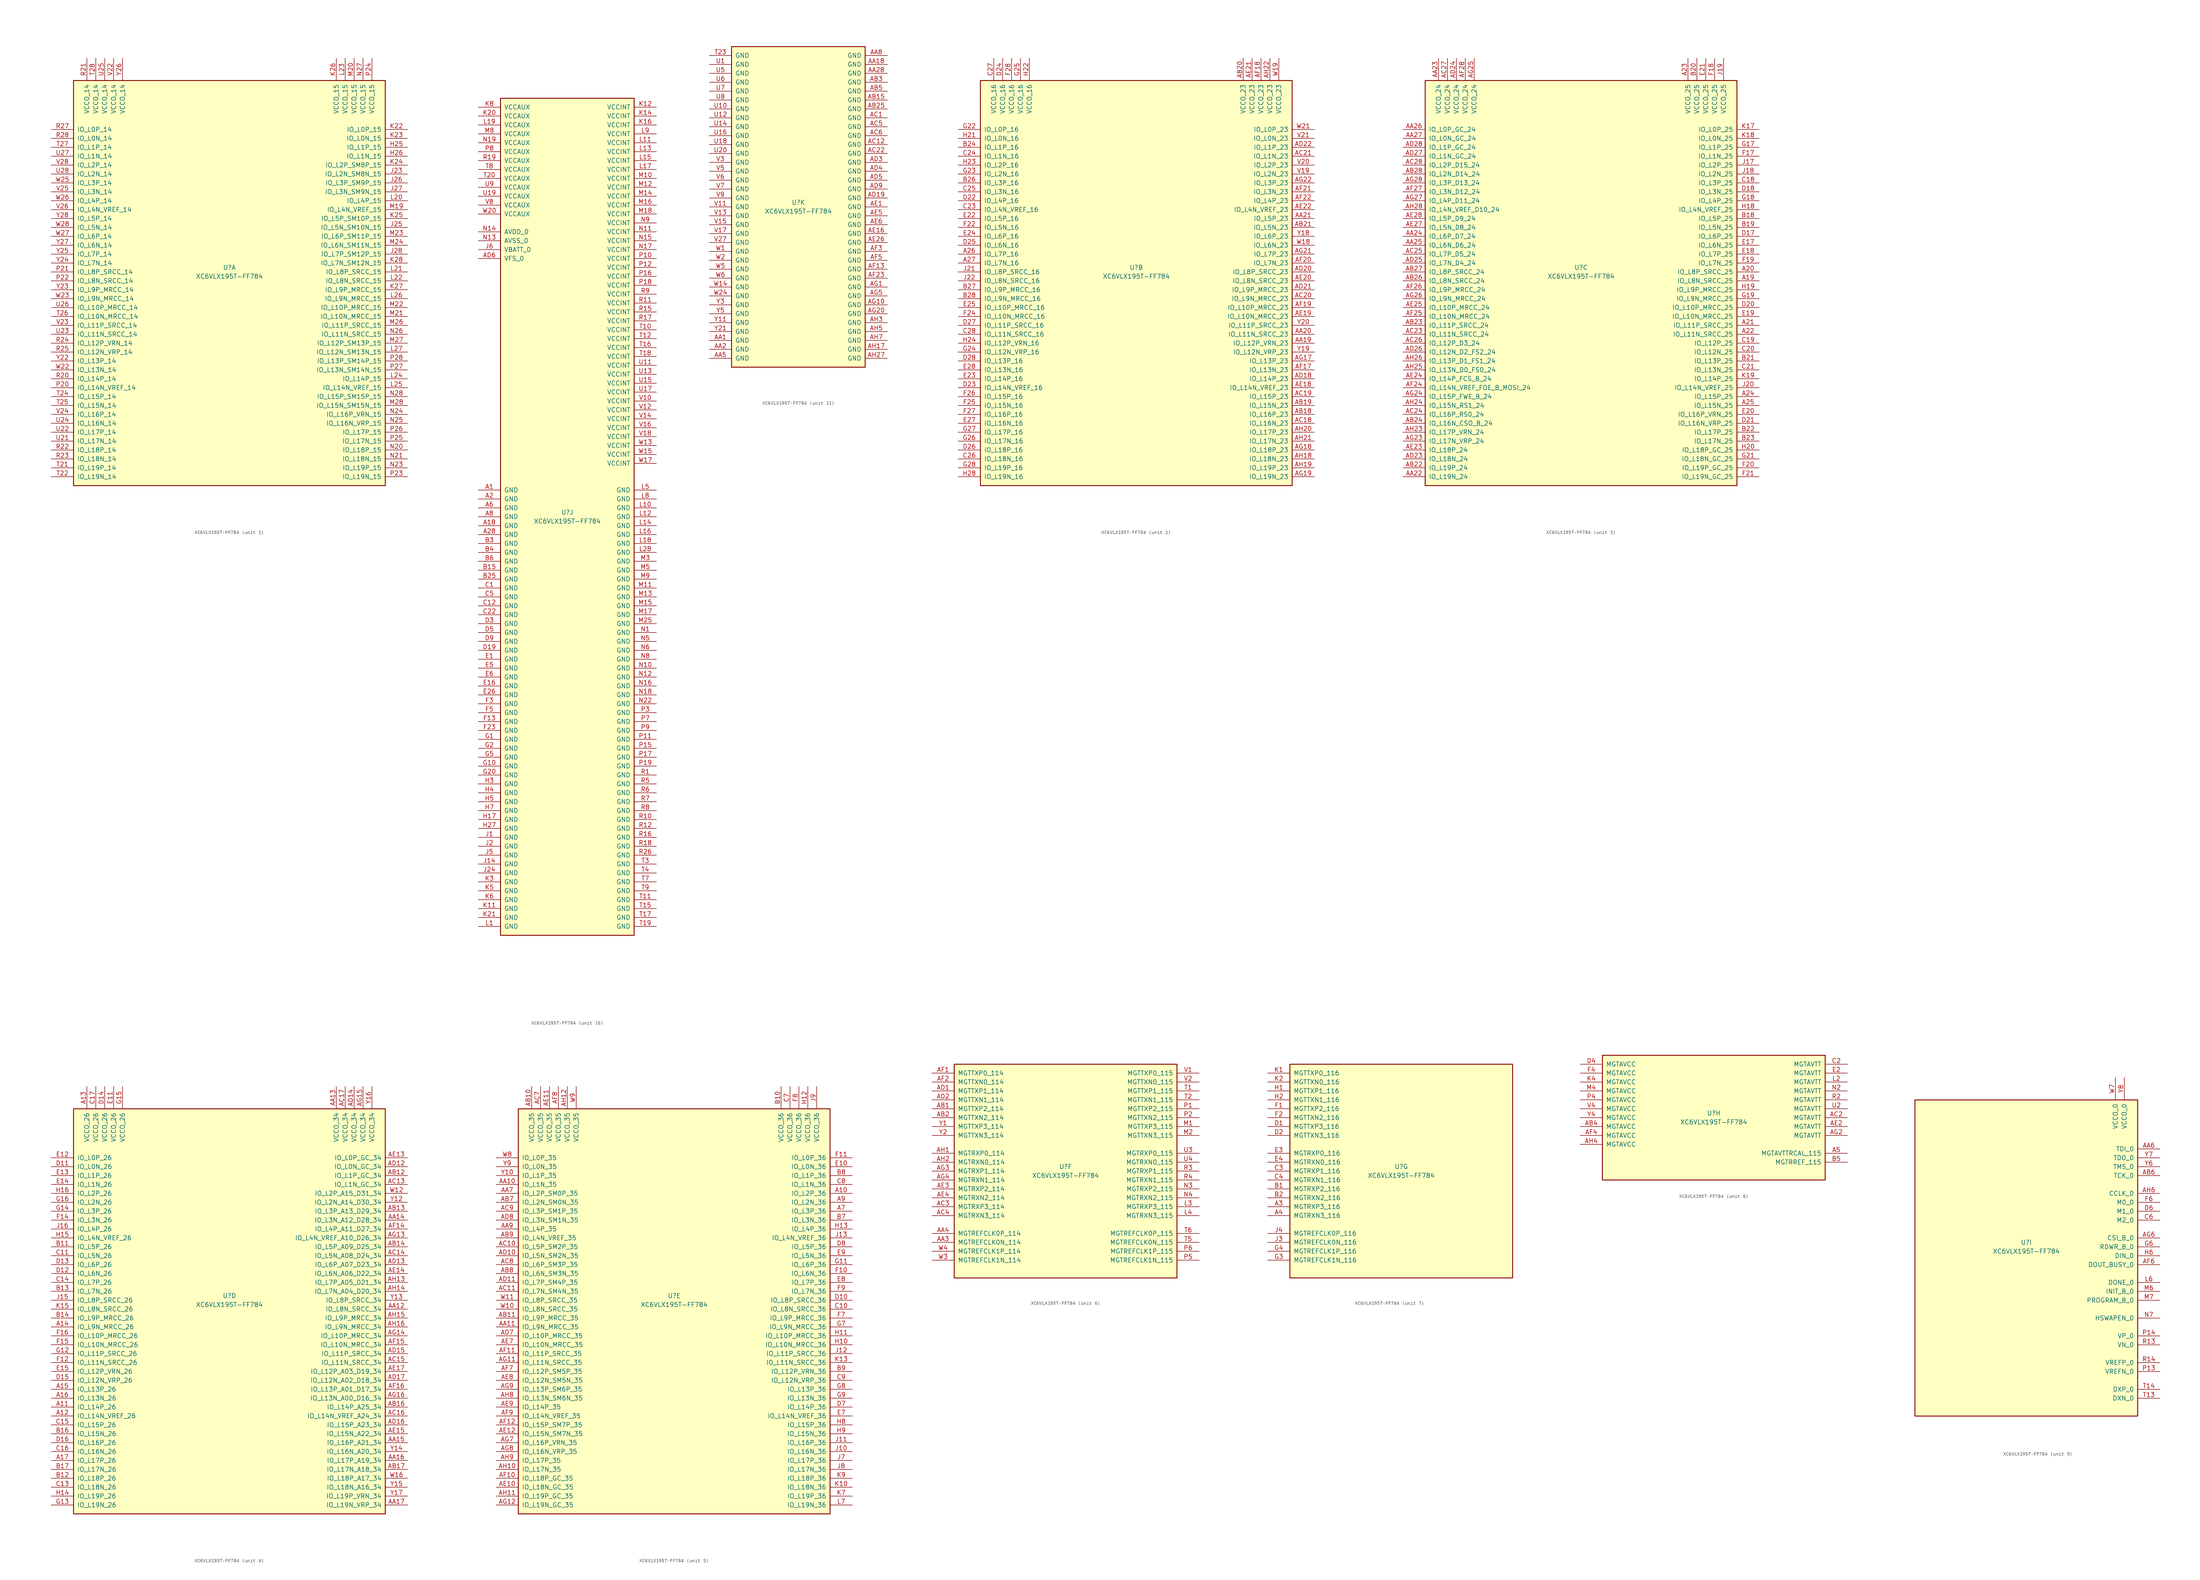
<source format=kicad_sym>
(kicad_symbol_lib
  (version 20211014)
  (generator kicad_symbol_editor)
  (symbol "XC6VLX195T-FF784"
    (pin_names
      (offset 1.016))
    (property "Reference" "U"
      (at 0 1.27 0)
      (effects (font (size 1.27 1.27))))
    (property "Value" "XC6VLX195T-FF784"
      (at 0 -1.27 0)
      (effects (font (size 1.27 1.27))))
    (property "Datasheet" ""
      (at 0 0 0)
      (effects (font (size 1.27 1.27))))
    (property "ki_locked" ""
      (at 0 0 0)
      (effects (font (size 1.27 1.27))))
    (symbol "XC6VLX195T-FF784_1_1"
      (rectangle (start -44.45 54.61) (end 44.45 -60.96) (stroke (width 0.254) (type default) (color 0 0 0 0)) (fill (type background)))
      (pin bidirectional line (at 50.8 35.56 180) (length 6.35) (name "IO_L1P_15" (effects (font (size 1.27 1.27)))) (number "H25" (effects (font (size 1.27 1.27)))))
      (pin bidirectional line (at 50.8 33.02 180) (length 6.35) (name "IO_L1N_15" (effects (font (size 1.27 1.27)))) (number "H26" (effects (font (size 1.27 1.27)))))
      (pin bidirectional line (at 50.8 27.94 180) (length 6.35) (name "IO_L2N_SM8N_15" (effects (font (size 1.27 1.27)))) (number "J23" (effects (font (size 1.27 1.27)))))
      (pin bidirectional line (at 50.8 12.7 180) (length 6.35) (name "IO_L5N_SM10N_15" (effects (font (size 1.27 1.27)))) (number "J25" (effects (font (size 1.27 1.27)))))
      (pin bidirectional line (at 50.8 25.4 180) (length 6.35) (name "IO_L3P_SM9P_15" (effects (font (size 1.27 1.27)))) (number "J26" (effects (font (size 1.27 1.27)))))
      (pin bidirectional line (at 50.8 22.86 180) (length 6.35) (name "IO_L3N_SM9N_15" (effects (font (size 1.27 1.27)))) (number "J27" (effects (font (size 1.27 1.27)))))
      (pin bidirectional line (at 50.8 5.08 180) (length 6.35) (name "IO_L7P_SM12P_15" (effects (font (size 1.27 1.27)))) (number "J28" (effects (font (size 1.27 1.27)))))
      (pin bidirectional line (at 50.8 40.64 180) (length 6.35) (name "IO_L0P_15" (effects (font (size 1.27 1.27)))) (number "K22" (effects (font (size 1.27 1.27)))))
      (pin bidirectional line (at 50.8 38.1 180) (length 6.35) (name "IO_L0N_15" (effects (font (size 1.27 1.27)))) (number "K23" (effects (font (size 1.27 1.27)))))
      (pin bidirectional line (at 50.8 30.48 180) (length 6.35) (name "IO_L2P_SM8P_15" (effects (font (size 1.27 1.27)))) (number "K24" (effects (font (size 1.27 1.27)))))
      (pin bidirectional line (at 50.8 15.24 180) (length 6.35) (name "IO_L5P_SM10P_15" (effects (font (size 1.27 1.27)))) (number "K25" (effects (font (size 1.27 1.27)))))
      (pin power_in line (at 30.48 60.96 270) (length 6.35) (name "VCCO_15" (effects (font (size 1.27 1.27)))) (number "K26" (effects (font (size 1.27 1.27)))))
      (pin bidirectional line (at 50.8 -5.08 180) (length 6.35) (name "IO_L9P_MRCC_15" (effects (font (size 1.27 1.27)))) (number "K27" (effects (font (size 1.27 1.27)))))
      (pin bidirectional line (at 50.8 2.54 180) (length 6.35) (name "IO_L7N_SM12N_15" (effects (font (size 1.27 1.27)))) (number "K28" (effects (font (size 1.27 1.27)))))
      (pin bidirectional line (at 50.8 20.32 180) (length 6.35) (name "IO_L4P_15" (effects (font (size 1.27 1.27)))) (number "L20" (effects (font (size 1.27 1.27)))))
      (pin bidirectional line (at 50.8 0 180) (length 6.35) (name "IO_L8P_SRCC_15" (effects (font (size 1.27 1.27)))) (number "L21" (effects (font (size 1.27 1.27)))))
      (pin bidirectional line (at 50.8 -2.54 180) (length 6.35) (name "IO_L8N_SRCC_15" (effects (font (size 1.27 1.27)))) (number "L22" (effects (font (size 1.27 1.27)))))
      (pin power_in line (at 33.02 60.96 270) (length 6.35) (name "VCCO_15" (effects (font (size 1.27 1.27)))) (number "L23" (effects (font (size 1.27 1.27)))))
      (pin bidirectional line (at 50.8 -30.48 180) (length 6.35) (name "IO_L14P_15" (effects (font (size 1.27 1.27)))) (number "L24" (effects (font (size 1.27 1.27)))))
      (pin bidirectional line (at 50.8 -33.02 180) (length 6.35) (name "IO_L14N_VREF_15" (effects (font (size 1.27 1.27)))) (number "L25" (effects (font (size 1.27 1.27)))))
      (pin bidirectional line (at 50.8 -7.62 180) (length 6.35) (name "IO_L9N_MRCC_15" (effects (font (size 1.27 1.27)))) (number "L26" (effects (font (size 1.27 1.27)))))
      (pin bidirectional line (at 50.8 -22.86 180) (length 6.35) (name "IO_L12N_SM13N_15" (effects (font (size 1.27 1.27)))) (number "L27" (effects (font (size 1.27 1.27)))))
      (pin bidirectional line (at 50.8 17.78 180) (length 6.35) (name "IO_L4N_VREF_15" (effects (font (size 1.27 1.27)))) (number "M19" (effects (font (size 1.27 1.27)))))
      (pin power_in line (at 35.56 60.96 270) (length 6.35) (name "VCCO_15" (effects (font (size 1.27 1.27)))) (number "M20" (effects (font (size 1.27 1.27)))))
      (pin bidirectional line (at 50.8 -12.7 180) (length 6.35) (name "IO_L10N_MRCC_15" (effects (font (size 1.27 1.27)))) (number "M21" (effects (font (size 1.27 1.27)))))
      (pin bidirectional line (at 50.8 -10.16 180) (length 6.35) (name "IO_L10P_MRCC_15" (effects (font (size 1.27 1.27)))) (number "M22" (effects (font (size 1.27 1.27)))))
      (pin bidirectional line (at 50.8 10.16 180) (length 6.35) (name "IO_L6P_SM11P_15" (effects (font (size 1.27 1.27)))) (number "M23" (effects (font (size 1.27 1.27)))))
      (pin bidirectional line (at 50.8 7.62 180) (length 6.35) (name "IO_L6N_SM11N_15" (effects (font (size 1.27 1.27)))) (number "M24" (effects (font (size 1.27 1.27)))))
      (pin bidirectional line (at 50.8 -15.24 180) (length 6.35) (name "IO_L11P_SRCC_15" (effects (font (size 1.27 1.27)))) (number "M26" (effects (font (size 1.27 1.27)))))
      (pin bidirectional line (at 50.8 -20.32 180) (length 6.35) (name "IO_L12P_SM13P_15" (effects (font (size 1.27 1.27)))) (number "M27" (effects (font (size 1.27 1.27)))))
      (pin bidirectional line (at 50.8 -38.1 180) (length 6.35) (name "IO_L15N_SM15N_15" (effects (font (size 1.27 1.27)))) (number "M28" (effects (font (size 1.27 1.27)))))
      (pin bidirectional line (at 50.8 -50.8 180) (length 6.35) (name "IO_L18P_15" (effects (font (size 1.27 1.27)))) (number "N20" (effects (font (size 1.27 1.27)))))
      (pin bidirectional line (at 50.8 -53.34 180) (length 6.35) (name "IO_L18N_15" (effects (font (size 1.27 1.27)))) (number "N21" (effects (font (size 1.27 1.27)))))
      (pin bidirectional line (at 50.8 -55.88 180) (length 6.35) (name "IO_L19P_15" (effects (font (size 1.27 1.27)))) (number "N23" (effects (font (size 1.27 1.27)))))
      (pin bidirectional line (at 50.8 -40.64 180) (length 6.35) (name "IO_L16P_VRN_15" (effects (font (size 1.27 1.27)))) (number "N24" (effects (font (size 1.27 1.27)))))
      (pin bidirectional line (at 50.8 -43.18 180) (length 6.35) (name "IO_L16N_VRP_15" (effects (font (size 1.27 1.27)))) (number "N25" (effects (font (size 1.27 1.27)))))
      (pin bidirectional line (at 50.8 -17.78 180) (length 6.35) (name "IO_L11N_SRCC_15" (effects (font (size 1.27 1.27)))) (number "N26" (effects (font (size 1.27 1.27)))))
      (pin power_in line (at 38.1 60.96 270) (length 6.35) (name "VCCO_15" (effects (font (size 1.27 1.27)))) (number "N27" (effects (font (size 1.27 1.27)))))
      (pin bidirectional line (at 50.8 -35.56 180) (length 6.35) (name "IO_L15P_SM15P_15" (effects (font (size 1.27 1.27)))) (number "N28" (effects (font (size 1.27 1.27)))))
      (pin bidirectional line (at -50.8 -33.02 0) (length 6.35) (name "IO_L14N_VREF_14" (effects (font (size 1.27 1.27)))) (number "P20" (effects (font (size 1.27 1.27)))))
      (pin bidirectional line (at -50.8 0 0) (length 6.35) (name "IO_L8P_SRCC_14" (effects (font (size 1.27 1.27)))) (number "P21" (effects (font (size 1.27 1.27)))))
      (pin bidirectional line (at -50.8 -2.54 0) (length 6.35) (name "IO_L8N_SRCC_14" (effects (font (size 1.27 1.27)))) (number "P22" (effects (font (size 1.27 1.27)))))
      (pin bidirectional line (at 50.8 -58.42 180) (length 6.35) (name "IO_L19N_15" (effects (font (size 1.27 1.27)))) (number "P23" (effects (font (size 1.27 1.27)))))
      (pin power_in line (at 40.64 60.96 270) (length 6.35) (name "VCCO_15" (effects (font (size 1.27 1.27)))) (number "P24" (effects (font (size 1.27 1.27)))))
      (pin bidirectional line (at 50.8 -48.26 180) (length 6.35) (name "IO_L17N_15" (effects (font (size 1.27 1.27)))) (number "P25" (effects (font (size 1.27 1.27)))))
      (pin bidirectional line (at 50.8 -45.72 180) (length 6.35) (name "IO_L17P_15" (effects (font (size 1.27 1.27)))) (number "P26" (effects (font (size 1.27 1.27)))))
      (pin bidirectional line (at 50.8 -27.94 180) (length 6.35) (name "IO_L13N_SM14N_15" (effects (font (size 1.27 1.27)))) (number "P27" (effects (font (size 1.27 1.27)))))
      (pin bidirectional line (at 50.8 -25.4 180) (length 6.35) (name "IO_L13P_SM14P_15" (effects (font (size 1.27 1.27)))) (number "P28" (effects (font (size 1.27 1.27)))))
      (pin bidirectional line (at -50.8 -30.48 0) (length 6.35) (name "IO_L14P_14" (effects (font (size 1.27 1.27)))) (number "R20" (effects (font (size 1.27 1.27)))))
      (pin power_in line (at -40.64 60.96 270) (length 6.35) (name "VCCO_14" (effects (font (size 1.27 1.27)))) (number "R21" (effects (font (size 1.27 1.27)))))
      (pin bidirectional line (at -50.8 -50.8 0) (length 6.35) (name "IO_L18P_14" (effects (font (size 1.27 1.27)))) (number "R22" (effects (font (size 1.27 1.27)))))
      (pin bidirectional line (at -50.8 -53.34 0) (length 6.35) (name "IO_L18N_14" (effects (font (size 1.27 1.27)))) (number "R23" (effects (font (size 1.27 1.27)))))
      (pin bidirectional line (at -50.8 -20.32 0) (length 6.35) (name "IO_L12P_VRN_14" (effects (font (size 1.27 1.27)))) (number "R24" (effects (font (size 1.27 1.27)))))
      (pin bidirectional line (at -50.8 -22.86 0) (length 6.35) (name "IO_L12N_VRP_14" (effects (font (size 1.27 1.27)))) (number "R25" (effects (font (size 1.27 1.27)))))
      (pin bidirectional line (at -50.8 40.64 0) (length 6.35) (name "IO_L0P_14" (effects (font (size 1.27 1.27)))) (number "R27" (effects (font (size 1.27 1.27)))))
      (pin bidirectional line (at -50.8 38.1 0) (length 6.35) (name "IO_L0N_14" (effects (font (size 1.27 1.27)))) (number "R28" (effects (font (size 1.27 1.27)))))
      (pin bidirectional line (at -50.8 -55.88 0) (length 6.35) (name "IO_L19P_14" (effects (font (size 1.27 1.27)))) (number "T21" (effects (font (size 1.27 1.27)))))
      (pin bidirectional line (at -50.8 -58.42 0) (length 6.35) (name "IO_L19N_14" (effects (font (size 1.27 1.27)))) (number "T22" (effects (font (size 1.27 1.27)))))
      (pin bidirectional line (at -50.8 -35.56 0) (length 6.35) (name "IO_L15P_14" (effects (font (size 1.27 1.27)))) (number "T24" (effects (font (size 1.27 1.27)))))
      (pin bidirectional line (at -50.8 -38.1 0) (length 6.35) (name "IO_L15N_14" (effects (font (size 1.27 1.27)))) (number "T25" (effects (font (size 1.27 1.27)))))
      (pin bidirectional line (at -50.8 -12.7 0) (length 6.35) (name "IO_L10N_MRCC_14" (effects (font (size 1.27 1.27)))) (number "T26" (effects (font (size 1.27 1.27)))))
      (pin bidirectional line (at -50.8 35.56 0) (length 6.35) (name "IO_L1P_14" (effects (font (size 1.27 1.27)))) (number "T27" (effects (font (size 1.27 1.27)))))
      (pin power_in line (at -38.1 60.96 270) (length 6.35) (name "VCCO_14" (effects (font (size 1.27 1.27)))) (number "T28" (effects (font (size 1.27 1.27)))))
      (pin bidirectional line (at -50.8 -48.26 0) (length 6.35) (name "IO_L17N_14" (effects (font (size 1.27 1.27)))) (number "U21" (effects (font (size 1.27 1.27)))))
      (pin bidirectional line (at -50.8 -45.72 0) (length 6.35) (name "IO_L17P_14" (effects (font (size 1.27 1.27)))) (number "U22" (effects (font (size 1.27 1.27)))))
      (pin bidirectional line (at -50.8 -17.78 0) (length 6.35) (name "IO_L11N_SRCC_14" (effects (font (size 1.27 1.27)))) (number "U23" (effects (font (size 1.27 1.27)))))
      (pin bidirectional line (at -50.8 -43.18 0) (length 6.35) (name "IO_L16N_14" (effects (font (size 1.27 1.27)))) (number "U24" (effects (font (size 1.27 1.27)))))
      (pin power_in line (at -35.56 60.96 270) (length 6.35) (name "VCCO_14" (effects (font (size 1.27 1.27)))) (number "U25" (effects (font (size 1.27 1.27)))))
      (pin bidirectional line (at -50.8 -10.16 0) (length 6.35) (name "IO_L10P_MRCC_14" (effects (font (size 1.27 1.27)))) (number "U26" (effects (font (size 1.27 1.27)))))
      (pin bidirectional line (at -50.8 33.02 0) (length 6.35) (name "IO_L1N_14" (effects (font (size 1.27 1.27)))) (number "U27" (effects (font (size 1.27 1.27)))))
      (pin bidirectional line (at -50.8 27.94 0) (length 6.35) (name "IO_L2N_14" (effects (font (size 1.27 1.27)))) (number "U28" (effects (font (size 1.27 1.27)))))
      (pin power_in line (at -33.02 60.96 270) (length 6.35) (name "VCCO_14" (effects (font (size 1.27 1.27)))) (number "V22" (effects (font (size 1.27 1.27)))))
      (pin bidirectional line (at -50.8 -15.24 0) (length 6.35) (name "IO_L11P_SRCC_14" (effects (font (size 1.27 1.27)))) (number "V23" (effects (font (size 1.27 1.27)))))
      (pin bidirectional line (at -50.8 -40.64 0) (length 6.35) (name "IO_L16P_14" (effects (font (size 1.27 1.27)))) (number "V24" (effects (font (size 1.27 1.27)))))
      (pin bidirectional line (at -50.8 22.86 0) (length 6.35) (name "IO_L3N_14" (effects (font (size 1.27 1.27)))) (number "V25" (effects (font (size 1.27 1.27)))))
      (pin bidirectional line (at -50.8 17.78 0) (length 6.35) (name "IO_L4N_VREF_14" (effects (font (size 1.27 1.27)))) (number "V26" (effects (font (size 1.27 1.27)))))
      (pin bidirectional line (at -50.8 30.48 0) (length 6.35) (name "IO_L2P_14" (effects (font (size 1.27 1.27)))) (number "V28" (effects (font (size 1.27 1.27)))))
      (pin bidirectional line (at -50.8 -27.94 0) (length 6.35) (name "IO_L13N_14" (effects (font (size 1.27 1.27)))) (number "W22" (effects (font (size 1.27 1.27)))))
      (pin bidirectional line (at -50.8 -7.62 0) (length 6.35) (name "IO_L9N_MRCC_14" (effects (font (size 1.27 1.27)))) (number "W23" (effects (font (size 1.27 1.27)))))
      (pin bidirectional line (at -50.8 25.4 0) (length 6.35) (name "IO_L3P_14" (effects (font (size 1.27 1.27)))) (number "W25" (effects (font (size 1.27 1.27)))))
      (pin bidirectional line (at -50.8 20.32 0) (length 6.35) (name "IO_L4P_14" (effects (font (size 1.27 1.27)))) (number "W26" (effects (font (size 1.27 1.27)))))
      (pin bidirectional line (at -50.8 10.16 0) (length 6.35) (name "IO_L6P_14" (effects (font (size 1.27 1.27)))) (number "W27" (effects (font (size 1.27 1.27)))))
      (pin bidirectional line (at -50.8 12.7 0) (length 6.35) (name "IO_L5N_14" (effects (font (size 1.27 1.27)))) (number "W28" (effects (font (size 1.27 1.27)))))
      (pin bidirectional line (at -50.8 -25.4 0) (length 6.35) (name "IO_L13P_14" (effects (font (size 1.27 1.27)))) (number "Y22" (effects (font (size 1.27 1.27)))))
      (pin bidirectional line (at -50.8 -5.08 0) (length 6.35) (name "IO_L9P_MRCC_14" (effects (font (size 1.27 1.27)))) (number "Y23" (effects (font (size 1.27 1.27)))))
      (pin bidirectional line (at -50.8 2.54 0) (length 6.35) (name "IO_L7N_14" (effects (font (size 1.27 1.27)))) (number "Y24" (effects (font (size 1.27 1.27)))))
      (pin bidirectional line (at -50.8 5.08 0) (length 6.35) (name "IO_L7P_14" (effects (font (size 1.27 1.27)))) (number "Y25" (effects (font (size 1.27 1.27)))))
      (pin power_in line (at -30.48 60.96 270) (length 6.35) (name "VCCO_14" (effects (font (size 1.27 1.27)))) (number "Y26" (effects (font (size 1.27 1.27)))))
      (pin bidirectional line (at -50.8 7.62 0) (length 6.35) (name "IO_L6N_14" (effects (font (size 1.27 1.27)))) (number "Y27" (effects (font (size 1.27 1.27)))))
      (pin bidirectional line (at -50.8 15.24 0) (length 6.35) (name "IO_L5P_14" (effects (font (size 1.27 1.27)))) (number "Y28" (effects (font (size 1.27 1.27))))))
    (symbol "XC6VLX195T-FF784_2_1"
      (rectangle (start -44.45 54.61) (end 44.45 -60.96) (stroke (width 0.254) (type default) (color 0 0 0 0)) (fill (type background)))
      (pin bidirectional line (at -50.8 5.08 0) (length 6.35) (name "IO_L7P_16" (effects (font (size 1.27 1.27)))) (number "A26" (effects (font (size 1.27 1.27)))))
      (pin bidirectional line (at -50.8 2.54 0) (length 6.35) (name "IO_L7N_16" (effects (font (size 1.27 1.27)))) (number "A27" (effects (font (size 1.27 1.27)))))
      (pin bidirectional line (at 50.8 -20.32 180) (length 6.35) (name "IO_L12P_VRN_23" (effects (font (size 1.27 1.27)))) (number "AA19" (effects (font (size 1.27 1.27)))))
      (pin bidirectional line (at 50.8 -17.78 180) (length 6.35) (name "IO_L11N_SRCC_23" (effects (font (size 1.27 1.27)))) (number "AA20" (effects (font (size 1.27 1.27)))))
      (pin bidirectional line (at 50.8 15.24 180) (length 6.35) (name "IO_L5P_23" (effects (font (size 1.27 1.27)))) (number "AA21" (effects (font (size 1.27 1.27)))))
      (pin bidirectional line (at 50.8 -40.64 180) (length 6.35) (name "IO_L16P_23" (effects (font (size 1.27 1.27)))) (number "AB18" (effects (font (size 1.27 1.27)))))
      (pin bidirectional line (at 50.8 -38.1 180) (length 6.35) (name "IO_L15N_23" (effects (font (size 1.27 1.27)))) (number "AB19" (effects (font (size 1.27 1.27)))))
      (pin power_in line (at 30.48 60.96 270) (length 6.35) (name "VCCO_23" (effects (font (size 1.27 1.27)))) (number "AB20" (effects (font (size 1.27 1.27)))))
      (pin bidirectional line (at 50.8 12.7 180) (length 6.35) (name "IO_L5N_23" (effects (font (size 1.27 1.27)))) (number "AB21" (effects (font (size 1.27 1.27)))))
      (pin bidirectional line (at 50.8 -43.18 180) (length 6.35) (name "IO_L16N_23" (effects (font (size 1.27 1.27)))) (number "AC18" (effects (font (size 1.27 1.27)))))
      (pin bidirectional line (at 50.8 -35.56 180) (length 6.35) (name "IO_L15P_23" (effects (font (size 1.27 1.27)))) (number "AC19" (effects (font (size 1.27 1.27)))))
      (pin bidirectional line (at 50.8 -7.62 180) (length 6.35) (name "IO_L9N_MRCC_23" (effects (font (size 1.27 1.27)))) (number "AC20" (effects (font (size 1.27 1.27)))))
      (pin bidirectional line (at 50.8 33.02 180) (length 6.35) (name "IO_L1N_23" (effects (font (size 1.27 1.27)))) (number "AC21" (effects (font (size 1.27 1.27)))))
      (pin bidirectional line (at 50.8 -30.48 180) (length 6.35) (name "IO_L14P_23" (effects (font (size 1.27 1.27)))) (number "AD18" (effects (font (size 1.27 1.27)))))
      (pin bidirectional line (at 50.8 0 180) (length 6.35) (name "IO_L8P_SRCC_23" (effects (font (size 1.27 1.27)))) (number "AD20" (effects (font (size 1.27 1.27)))))
      (pin bidirectional line (at 50.8 -5.08 180) (length 6.35) (name "IO_L9P_MRCC_23" (effects (font (size 1.27 1.27)))) (number "AD21" (effects (font (size 1.27 1.27)))))
      (pin bidirectional line (at 50.8 35.56 180) (length 6.35) (name "IO_L1P_23" (effects (font (size 1.27 1.27)))) (number "AD22" (effects (font (size 1.27 1.27)))))
      (pin bidirectional line (at 50.8 -33.02 180) (length 6.35) (name "IO_L14N_VREF_23" (effects (font (size 1.27 1.27)))) (number "AE18" (effects (font (size 1.27 1.27)))))
      (pin bidirectional line (at 50.8 -12.7 180) (length 6.35) (name "IO_L10N_MRCC_23" (effects (font (size 1.27 1.27)))) (number "AE19" (effects (font (size 1.27 1.27)))))
      (pin bidirectional line (at 50.8 -2.54 180) (length 6.35) (name "IO_L8N_SRCC_23" (effects (font (size 1.27 1.27)))) (number "AE20" (effects (font (size 1.27 1.27)))))
      (pin power_in line (at 33.02 60.96 270) (length 6.35) (name "VCCO_23" (effects (font (size 1.27 1.27)))) (number "AE21" (effects (font (size 1.27 1.27)))))
      (pin bidirectional line (at 50.8 17.78 180) (length 6.35) (name "IO_L4N_VREF_23" (effects (font (size 1.27 1.27)))) (number "AE22" (effects (font (size 1.27 1.27)))))
      (pin bidirectional line (at 50.8 -27.94 180) (length 6.35) (name "IO_L13N_23" (effects (font (size 1.27 1.27)))) (number "AF17" (effects (font (size 1.27 1.27)))))
      (pin power_in line (at 35.56 60.96 270) (length 6.35) (name "VCCO_23" (effects (font (size 1.27 1.27)))) (number "AF18" (effects (font (size 1.27 1.27)))))
      (pin bidirectional line (at 50.8 -10.16 180) (length 6.35) (name "IO_L10P_MRCC_23" (effects (font (size 1.27 1.27)))) (number "AF19" (effects (font (size 1.27 1.27)))))
      (pin bidirectional line (at 50.8 2.54 180) (length 6.35) (name "IO_L7N_23" (effects (font (size 1.27 1.27)))) (number "AF20" (effects (font (size 1.27 1.27)))))
      (pin bidirectional line (at 50.8 22.86 180) (length 6.35) (name "IO_L3N_23" (effects (font (size 1.27 1.27)))) (number "AF21" (effects (font (size 1.27 1.27)))))
      (pin bidirectional line (at 50.8 20.32 180) (length 6.35) (name "IO_L4P_23" (effects (font (size 1.27 1.27)))) (number "AF22" (effects (font (size 1.27 1.27)))))
      (pin bidirectional line (at 50.8 -25.4 180) (length 6.35) (name "IO_L13P_23" (effects (font (size 1.27 1.27)))) (number "AG17" (effects (font (size 1.27 1.27)))))
      (pin bidirectional line (at 50.8 -50.8 180) (length 6.35) (name "IO_L18P_23" (effects (font (size 1.27 1.27)))) (number "AG18" (effects (font (size 1.27 1.27)))))
      (pin bidirectional line (at 50.8 -58.42 180) (length 6.35) (name "IO_L19N_23" (effects (font (size 1.27 1.27)))) (number "AG19" (effects (font (size 1.27 1.27)))))
      (pin bidirectional line (at 50.8 5.08 180) (length 6.35) (name "IO_L7P_23" (effects (font (size 1.27 1.27)))) (number "AG21" (effects (font (size 1.27 1.27)))))
      (pin bidirectional line (at 50.8 25.4 180) (length 6.35) (name "IO_L3P_23" (effects (font (size 1.27 1.27)))) (number "AG22" (effects (font (size 1.27 1.27)))))
      (pin bidirectional line (at 50.8 -53.34 180) (length 6.35) (name "IO_L18N_23" (effects (font (size 1.27 1.27)))) (number "AH18" (effects (font (size 1.27 1.27)))))
      (pin bidirectional line (at 50.8 -55.88 180) (length 6.35) (name "IO_L19P_23" (effects (font (size 1.27 1.27)))) (number "AH19" (effects (font (size 1.27 1.27)))))
      (pin bidirectional line (at 50.8 -45.72 180) (length 6.35) (name "IO_L17P_23" (effects (font (size 1.27 1.27)))) (number "AH20" (effects (font (size 1.27 1.27)))))
      (pin bidirectional line (at 50.8 -48.26 180) (length 6.35) (name "IO_L17N_23" (effects (font (size 1.27 1.27)))) (number "AH21" (effects (font (size 1.27 1.27)))))
      (pin power_in line (at 38.1 60.96 270) (length 6.35) (name "VCCO_23" (effects (font (size 1.27 1.27)))) (number "AH22" (effects (font (size 1.27 1.27)))))
      (pin bidirectional line (at -50.8 35.56 0) (length 6.35) (name "IO_L1P_16" (effects (font (size 1.27 1.27)))) (number "B24" (effects (font (size 1.27 1.27)))))
      (pin bidirectional line (at -50.8 25.4 0) (length 6.35) (name "IO_L3P_16" (effects (font (size 1.27 1.27)))) (number "B26" (effects (font (size 1.27 1.27)))))
      (pin bidirectional line (at -50.8 -5.08 0) (length 6.35) (name "IO_L9P_MRCC_16" (effects (font (size 1.27 1.27)))) (number "B27" (effects (font (size 1.27 1.27)))))
      (pin bidirectional line (at -50.8 -7.62 0) (length 6.35) (name "IO_L9N_MRCC_16" (effects (font (size 1.27 1.27)))) (number "B28" (effects (font (size 1.27 1.27)))))
      (pin bidirectional line (at -50.8 17.78 0) (length 6.35) (name "IO_L4N_VREF_16" (effects (font (size 1.27 1.27)))) (number "C23" (effects (font (size 1.27 1.27)))))
      (pin bidirectional line (at -50.8 33.02 0) (length 6.35) (name "IO_L1N_16" (effects (font (size 1.27 1.27)))) (number "C24" (effects (font (size 1.27 1.27)))))
      (pin bidirectional line (at -50.8 22.86 0) (length 6.35) (name "IO_L3N_16" (effects (font (size 1.27 1.27)))) (number "C25" (effects (font (size 1.27 1.27)))))
      (pin bidirectional line (at -50.8 -53.34 0) (length 6.35) (name "IO_L18N_16" (effects (font (size 1.27 1.27)))) (number "C26" (effects (font (size 1.27 1.27)))))
      (pin power_in line (at -40.64 60.96 270) (length 6.35) (name "VCCO_16" (effects (font (size 1.27 1.27)))) (number "C27" (effects (font (size 1.27 1.27)))))
      (pin bidirectional line (at -50.8 -17.78 0) (length 6.35) (name "IO_L11N_SRCC_16" (effects (font (size 1.27 1.27)))) (number "C28" (effects (font (size 1.27 1.27)))))
      (pin bidirectional line (at -50.8 20.32 0) (length 6.35) (name "IO_L4P_16" (effects (font (size 1.27 1.27)))) (number "D22" (effects (font (size 1.27 1.27)))))
      (pin bidirectional line (at -50.8 -33.02 0) (length 6.35) (name "IO_L14N_VREF_16" (effects (font (size 1.27 1.27)))) (number "D23" (effects (font (size 1.27 1.27)))))
      (pin power_in line (at -38.1 60.96 270) (length 6.35) (name "VCCO_16" (effects (font (size 1.27 1.27)))) (number "D24" (effects (font (size 1.27 1.27)))))
      (pin bidirectional line (at -50.8 7.62 0) (length 6.35) (name "IO_L6N_16" (effects (font (size 1.27 1.27)))) (number "D25" (effects (font (size 1.27 1.27)))))
      (pin bidirectional line (at -50.8 -50.8 0) (length 6.35) (name "IO_L18P_16" (effects (font (size 1.27 1.27)))) (number "D26" (effects (font (size 1.27 1.27)))))
      (pin bidirectional line (at -50.8 -15.24 0) (length 6.35) (name "IO_L11P_SRCC_16" (effects (font (size 1.27 1.27)))) (number "D27" (effects (font (size 1.27 1.27)))))
      (pin bidirectional line (at -50.8 -25.4 0) (length 6.35) (name "IO_L13P_16" (effects (font (size 1.27 1.27)))) (number "D28" (effects (font (size 1.27 1.27)))))
      (pin bidirectional line (at -50.8 15.24 0) (length 6.35) (name "IO_L5P_16" (effects (font (size 1.27 1.27)))) (number "E22" (effects (font (size 1.27 1.27)))))
      (pin bidirectional line (at -50.8 -30.48 0) (length 6.35) (name "IO_L14P_16" (effects (font (size 1.27 1.27)))) (number "E23" (effects (font (size 1.27 1.27)))))
      (pin bidirectional line (at -50.8 10.16 0) (length 6.35) (name "IO_L6P_16" (effects (font (size 1.27 1.27)))) (number "E24" (effects (font (size 1.27 1.27)))))
      (pin bidirectional line (at -50.8 -10.16 0) (length 6.35) (name "IO_L10P_MRCC_16" (effects (font (size 1.27 1.27)))) (number "E25" (effects (font (size 1.27 1.27)))))
      (pin bidirectional line (at -50.8 -43.18 0) (length 6.35) (name "IO_L16N_16" (effects (font (size 1.27 1.27)))) (number "E27" (effects (font (size 1.27 1.27)))))
      (pin bidirectional line (at -50.8 -27.94 0) (length 6.35) (name "IO_L13N_16" (effects (font (size 1.27 1.27)))) (number "E28" (effects (font (size 1.27 1.27)))))
      (pin bidirectional line (at -50.8 12.7 0) (length 6.35) (name "IO_L5N_16" (effects (font (size 1.27 1.27)))) (number "F22" (effects (font (size 1.27 1.27)))))
      (pin bidirectional line (at -50.8 -12.7 0) (length 6.35) (name "IO_L10N_MRCC_16" (effects (font (size 1.27 1.27)))) (number "F24" (effects (font (size 1.27 1.27)))))
      (pin bidirectional line (at -50.8 -38.1 0) (length 6.35) (name "IO_L15N_16" (effects (font (size 1.27 1.27)))) (number "F25" (effects (font (size 1.27 1.27)))))
      (pin bidirectional line (at -50.8 -35.56 0) (length 6.35) (name "IO_L15P_16" (effects (font (size 1.27 1.27)))) (number "F26" (effects (font (size 1.27 1.27)))))
      (pin bidirectional line (at -50.8 -40.64 0) (length 6.35) (name "IO_L16P_16" (effects (font (size 1.27 1.27)))) (number "F27" (effects (font (size 1.27 1.27)))))
      (pin power_in line (at -35.56 60.96 270) (length 6.35) (name "VCCO_16" (effects (font (size 1.27 1.27)))) (number "F28" (effects (font (size 1.27 1.27)))))
      (pin bidirectional line (at -50.8 40.64 0) (length 6.35) (name "IO_L0P_16" (effects (font (size 1.27 1.27)))) (number "G22" (effects (font (size 1.27 1.27)))))
      (pin bidirectional line (at -50.8 27.94 0) (length 6.35) (name "IO_L2N_16" (effects (font (size 1.27 1.27)))) (number "G23" (effects (font (size 1.27 1.27)))))
      (pin bidirectional line (at -50.8 -22.86 0) (length 6.35) (name "IO_L12N_VRP_16" (effects (font (size 1.27 1.27)))) (number "G24" (effects (font (size 1.27 1.27)))))
      (pin power_in line (at -33.02 60.96 270) (length 6.35) (name "VCCO_16" (effects (font (size 1.27 1.27)))) (number "G25" (effects (font (size 1.27 1.27)))))
      (pin bidirectional line (at -50.8 -48.26 0) (length 6.35) (name "IO_L17N_16" (effects (font (size 1.27 1.27)))) (number "G26" (effects (font (size 1.27 1.27)))))
      (pin bidirectional line (at -50.8 -45.72 0) (length 6.35) (name "IO_L17P_16" (effects (font (size 1.27 1.27)))) (number "G27" (effects (font (size 1.27 1.27)))))
      (pin bidirectional line (at -50.8 -55.88 0) (length 6.35) (name "IO_L19P_16" (effects (font (size 1.27 1.27)))) (number "G28" (effects (font (size 1.27 1.27)))))
      (pin bidirectional line (at -50.8 38.1 0) (length 6.35) (name "IO_L0N_16" (effects (font (size 1.27 1.27)))) (number "H21" (effects (font (size 1.27 1.27)))))
      (pin power_in line (at -30.48 60.96 270) (length 6.35) (name "VCCO_16" (effects (font (size 1.27 1.27)))) (number "H22" (effects (font (size 1.27 1.27)))))
      (pin bidirectional line (at -50.8 30.48 0) (length 6.35) (name "IO_L2P_16" (effects (font (size 1.27 1.27)))) (number "H23" (effects (font (size 1.27 1.27)))))
      (pin bidirectional line (at -50.8 -20.32 0) (length 6.35) (name "IO_L12P_VRN_16" (effects (font (size 1.27 1.27)))) (number "H24" (effects (font (size 1.27 1.27)))))
      (pin bidirectional line (at -50.8 -58.42 0) (length 6.35) (name "IO_L19N_16" (effects (font (size 1.27 1.27)))) (number "H28" (effects (font (size 1.27 1.27)))))
      (pin bidirectional line (at -50.8 0 0) (length 6.35) (name "IO_L8P_SRCC_16" (effects (font (size 1.27 1.27)))) (number "J21" (effects (font (size 1.27 1.27)))))
      (pin bidirectional line (at -50.8 -2.54 0) (length 6.35) (name "IO_L8N_SRCC_16" (effects (font (size 1.27 1.27)))) (number "J22" (effects (font (size 1.27 1.27)))))
      (pin bidirectional line (at 50.8 27.94 180) (length 6.35) (name "IO_L2N_23" (effects (font (size 1.27 1.27)))) (number "V19" (effects (font (size 1.27 1.27)))))
      (pin bidirectional line (at 50.8 30.48 180) (length 6.35) (name "IO_L2P_23" (effects (font (size 1.27 1.27)))) (number "V20" (effects (font (size 1.27 1.27)))))
      (pin bidirectional line (at 50.8 38.1 180) (length 6.35) (name "IO_L0N_23" (effects (font (size 1.27 1.27)))) (number "V21" (effects (font (size 1.27 1.27)))))
      (pin bidirectional line (at 50.8 7.62 180) (length 6.35) (name "IO_L6N_23" (effects (font (size 1.27 1.27)))) (number "W18" (effects (font (size 1.27 1.27)))))
      (pin power_in line (at 40.64 60.96 270) (length 6.35) (name "VCCO_23" (effects (font (size 1.27 1.27)))) (number "W19" (effects (font (size 1.27 1.27)))))
      (pin bidirectional line (at 50.8 40.64 180) (length 6.35) (name "IO_L0P_23" (effects (font (size 1.27 1.27)))) (number "W21" (effects (font (size 1.27 1.27)))))
      (pin bidirectional line (at 50.8 10.16 180) (length 6.35) (name "IO_L6P_23" (effects (font (size 1.27 1.27)))) (number "Y18" (effects (font (size 1.27 1.27)))))
      (pin bidirectional line (at 50.8 -22.86 180) (length 6.35) (name "IO_L12N_VRP_23" (effects (font (size 1.27 1.27)))) (number "Y19" (effects (font (size 1.27 1.27)))))
      (pin bidirectional line (at 50.8 -15.24 180) (length 6.35) (name "IO_L11P_SRCC_23" (effects (font (size 1.27 1.27)))) (number "Y20" (effects (font (size 1.27 1.27))))))
    (symbol "XC6VLX195T-FF784_3_1"
      (rectangle (start -44.45 54.61) (end 44.45 -60.96) (stroke (width 0.254) (type default) (color 0 0 0 0)) (fill (type background)))
      (pin bidirectional line (at 50.8 -2.54 180) (length 6.35) (name "IO_L8N_SRCC_25" (effects (font (size 1.27 1.27)))) (number "A19" (effects (font (size 1.27 1.27)))))
      (pin bidirectional line (at 50.8 0 180) (length 6.35) (name "IO_L8P_SRCC_25" (effects (font (size 1.27 1.27)))) (number "A20" (effects (font (size 1.27 1.27)))))
      (pin bidirectional line (at 50.8 -15.24 180) (length 6.35) (name "IO_L11P_SRCC_25" (effects (font (size 1.27 1.27)))) (number "A21" (effects (font (size 1.27 1.27)))))
      (pin bidirectional line (at 50.8 -17.78 180) (length 6.35) (name "IO_L11N_SRCC_25" (effects (font (size 1.27 1.27)))) (number "A22" (effects (font (size 1.27 1.27)))))
      (pin power_in line (at 30.48 60.96 270) (length 6.35) (name "VCCO_25" (effects (font (size 1.27 1.27)))) (number "A23" (effects (font (size 1.27 1.27)))))
      (pin bidirectional line (at 50.8 -35.56 180) (length 6.35) (name "IO_L15P_25" (effects (font (size 1.27 1.27)))) (number "A24" (effects (font (size 1.27 1.27)))))
      (pin bidirectional line (at 50.8 -38.1 180) (length 6.35) (name "IO_L15N_25" (effects (font (size 1.27 1.27)))) (number "A25" (effects (font (size 1.27 1.27)))))
      (pin bidirectional line (at -50.8 -58.42 0) (length 6.35) (name "IO_L19N_24" (effects (font (size 1.27 1.27)))) (number "AA22" (effects (font (size 1.27 1.27)))))
      (pin power_in line (at -40.64 60.96 270) (length 6.35) (name "VCCO_24" (effects (font (size 1.27 1.27)))) (number "AA23" (effects (font (size 1.27 1.27)))))
      (pin bidirectional line (at -50.8 10.16 0) (length 6.35) (name "IO_L6P_D7_24" (effects (font (size 1.27 1.27)))) (number "AA24" (effects (font (size 1.27 1.27)))))
      (pin bidirectional line (at -50.8 7.62 0) (length 6.35) (name "IO_L6N_D6_24" (effects (font (size 1.27 1.27)))) (number "AA25" (effects (font (size 1.27 1.27)))))
      (pin bidirectional line (at -50.8 40.64 0) (length 6.35) (name "IO_L0P_GC_24" (effects (font (size 1.27 1.27)))) (number "AA26" (effects (font (size 1.27 1.27)))))
      (pin bidirectional line (at -50.8 38.1 0) (length 6.35) (name "IO_L0N_GC_24" (effects (font (size 1.27 1.27)))) (number "AA27" (effects (font (size 1.27 1.27)))))
      (pin bidirectional line (at -50.8 -55.88 0) (length 6.35) (name "IO_L19P_24" (effects (font (size 1.27 1.27)))) (number "AB22" (effects (font (size 1.27 1.27)))))
      (pin bidirectional line (at -50.8 -15.24 0) (length 6.35) (name "IO_L11P_SRCC_24" (effects (font (size 1.27 1.27)))) (number "AB23" (effects (font (size 1.27 1.27)))))
      (pin bidirectional line (at -50.8 -43.18 0) (length 6.35) (name "IO_L16N_CSO_B_24" (effects (font (size 1.27 1.27)))) (number "AB24" (effects (font (size 1.27 1.27)))))
      (pin bidirectional line (at -50.8 -2.54 0) (length 6.35) (name "IO_L8N_SRCC_24" (effects (font (size 1.27 1.27)))) (number "AB26" (effects (font (size 1.27 1.27)))))
      (pin bidirectional line (at -50.8 0 0) (length 6.35) (name "IO_L8P_SRCC_24" (effects (font (size 1.27 1.27)))) (number "AB27" (effects (font (size 1.27 1.27)))))
      (pin bidirectional line (at -50.8 27.94 0) (length 6.35) (name "IO_L2N_D14_24" (effects (font (size 1.27 1.27)))) (number "AB28" (effects (font (size 1.27 1.27)))))
      (pin bidirectional line (at -50.8 -17.78 0) (length 6.35) (name "IO_L11N_SRCC_24" (effects (font (size 1.27 1.27)))) (number "AC23" (effects (font (size 1.27 1.27)))))
      (pin bidirectional line (at -50.8 -40.64 0) (length 6.35) (name "IO_L16P_RS0_24" (effects (font (size 1.27 1.27)))) (number "AC24" (effects (font (size 1.27 1.27)))))
      (pin bidirectional line (at -50.8 5.08 0) (length 6.35) (name "IO_L7P_D5_24" (effects (font (size 1.27 1.27)))) (number "AC25" (effects (font (size 1.27 1.27)))))
      (pin bidirectional line (at -50.8 -20.32 0) (length 6.35) (name "IO_L12P_D3_24" (effects (font (size 1.27 1.27)))) (number "AC26" (effects (font (size 1.27 1.27)))))
      (pin power_in line (at -38.1 60.96 270) (length 6.35) (name "VCCO_24" (effects (font (size 1.27 1.27)))) (number "AC27" (effects (font (size 1.27 1.27)))))
      (pin bidirectional line (at -50.8 30.48 0) (length 6.35) (name "IO_L2P_D15_24" (effects (font (size 1.27 1.27)))) (number "AC28" (effects (font (size 1.27 1.27)))))
      (pin bidirectional line (at -50.8 -53.34 0) (length 6.35) (name "IO_L18N_24" (effects (font (size 1.27 1.27)))) (number "AD23" (effects (font (size 1.27 1.27)))))
      (pin power_in line (at -35.56 60.96 270) (length 6.35) (name "VCCO_24" (effects (font (size 1.27 1.27)))) (number "AD24" (effects (font (size 1.27 1.27)))))
      (pin bidirectional line (at -50.8 2.54 0) (length 6.35) (name "IO_L7N_D4_24" (effects (font (size 1.27 1.27)))) (number "AD25" (effects (font (size 1.27 1.27)))))
      (pin bidirectional line (at -50.8 -22.86 0) (length 6.35) (name "IO_L12N_D2_FS2_24" (effects (font (size 1.27 1.27)))) (number "AD26" (effects (font (size 1.27 1.27)))))
      (pin bidirectional line (at -50.8 33.02 0) (length 6.35) (name "IO_L1N_GC_24" (effects (font (size 1.27 1.27)))) (number "AD27" (effects (font (size 1.27 1.27)))))
      (pin bidirectional line (at -50.8 35.56 0) (length 6.35) (name "IO_L1P_GC_24" (effects (font (size 1.27 1.27)))) (number "AD28" (effects (font (size 1.27 1.27)))))
      (pin bidirectional line (at -50.8 -50.8 0) (length 6.35) (name "IO_L18P_24" (effects (font (size 1.27 1.27)))) (number "AE23" (effects (font (size 1.27 1.27)))))
      (pin bidirectional line (at -50.8 -30.48 0) (length 6.35) (name "IO_L14P_FCS_B_24" (effects (font (size 1.27 1.27)))) (number "AE24" (effects (font (size 1.27 1.27)))))
      (pin bidirectional line (at -50.8 -10.16 0) (length 6.35) (name "IO_L10P_MRCC_24" (effects (font (size 1.27 1.27)))) (number "AE25" (effects (font (size 1.27 1.27)))))
      (pin bidirectional line (at -50.8 12.7 0) (length 6.35) (name "IO_L5N_D8_24" (effects (font (size 1.27 1.27)))) (number "AE27" (effects (font (size 1.27 1.27)))))
      (pin bidirectional line (at -50.8 15.24 0) (length 6.35) (name "IO_L5P_D9_24" (effects (font (size 1.27 1.27)))) (number "AE28" (effects (font (size 1.27 1.27)))))
      (pin bidirectional line (at -50.8 -33.02 0) (length 6.35) (name "IO_L14N_VREF_FOE_B_MOSI_24" (effects (font (size 1.27 1.27)))) (number "AF24" (effects (font (size 1.27 1.27)))))
      (pin bidirectional line (at -50.8 -12.7 0) (length 6.35) (name "IO_L10N_MRCC_24" (effects (font (size 1.27 1.27)))) (number "AF25" (effects (font (size 1.27 1.27)))))
      (pin bidirectional line (at -50.8 -5.08 0) (length 6.35) (name "IO_L9P_MRCC_24" (effects (font (size 1.27 1.27)))) (number "AF26" (effects (font (size 1.27 1.27)))))
      (pin bidirectional line (at -50.8 22.86 0) (length 6.35) (name "IO_L3N_D12_24" (effects (font (size 1.27 1.27)))) (number "AF27" (effects (font (size 1.27 1.27)))))
      (pin power_in line (at -33.02 60.96 270) (length 6.35) (name "VCCO_24" (effects (font (size 1.27 1.27)))) (number "AF28" (effects (font (size 1.27 1.27)))))
      (pin bidirectional line (at -50.8 -48.26 0) (length 6.35) (name "IO_L17N_VRP_24" (effects (font (size 1.27 1.27)))) (number "AG23" (effects (font (size 1.27 1.27)))))
      (pin bidirectional line (at -50.8 -35.56 0) (length 6.35) (name "IO_L15P_FWE_B_24" (effects (font (size 1.27 1.27)))) (number "AG24" (effects (font (size 1.27 1.27)))))
      (pin power_in line (at -30.48 60.96 270) (length 6.35) (name "VCCO_24" (effects (font (size 1.27 1.27)))) (number "AG25" (effects (font (size 1.27 1.27)))))
      (pin bidirectional line (at -50.8 -7.62 0) (length 6.35) (name "IO_L9N_MRCC_24" (effects (font (size 1.27 1.27)))) (number "AG26" (effects (font (size 1.27 1.27)))))
      (pin bidirectional line (at -50.8 20.32 0) (length 6.35) (name "IO_L4P_D11_24" (effects (font (size 1.27 1.27)))) (number "AG27" (effects (font (size 1.27 1.27)))))
      (pin bidirectional line (at -50.8 25.4 0) (length 6.35) (name "IO_L3P_D13_24" (effects (font (size 1.27 1.27)))) (number "AG28" (effects (font (size 1.27 1.27)))))
      (pin bidirectional line (at -50.8 -45.72 0) (length 6.35) (name "IO_L17P_VRN_24" (effects (font (size 1.27 1.27)))) (number "AH23" (effects (font (size 1.27 1.27)))))
      (pin bidirectional line (at -50.8 -38.1 0) (length 6.35) (name "IO_L15N_RS1_24" (effects (font (size 1.27 1.27)))) (number "AH24" (effects (font (size 1.27 1.27)))))
      (pin bidirectional line (at -50.8 -27.94 0) (length 6.35) (name "IO_L13N_D0_FS0_24" (effects (font (size 1.27 1.27)))) (number "AH25" (effects (font (size 1.27 1.27)))))
      (pin bidirectional line (at -50.8 -25.4 0) (length 6.35) (name "IO_L13P_D1_FS1_24" (effects (font (size 1.27 1.27)))) (number "AH26" (effects (font (size 1.27 1.27)))))
      (pin bidirectional line (at -50.8 17.78 0) (length 6.35) (name "IO_L4N_VREF_D10_24" (effects (font (size 1.27 1.27)))) (number "AH28" (effects (font (size 1.27 1.27)))))
      (pin bidirectional line (at 50.8 15.24 180) (length 6.35) (name "IO_L5P_25" (effects (font (size 1.27 1.27)))) (number "B18" (effects (font (size 1.27 1.27)))))
      (pin bidirectional line (at 50.8 12.7 180) (length 6.35) (name "IO_L5N_25" (effects (font (size 1.27 1.27)))) (number "B19" (effects (font (size 1.27 1.27)))))
      (pin power_in line (at 33.02 60.96 270) (length 6.35) (name "VCCO_25" (effects (font (size 1.27 1.27)))) (number "B20" (effects (font (size 1.27 1.27)))))
      (pin bidirectional line (at 50.8 -25.4 180) (length 6.35) (name "IO_L13P_25" (effects (font (size 1.27 1.27)))) (number "B21" (effects (font (size 1.27 1.27)))))
      (pin bidirectional line (at 50.8 -45.72 180) (length 6.35) (name "IO_L17P_25" (effects (font (size 1.27 1.27)))) (number "B22" (effects (font (size 1.27 1.27)))))
      (pin bidirectional line (at 50.8 -48.26 180) (length 6.35) (name "IO_L17N_25" (effects (font (size 1.27 1.27)))) (number "B23" (effects (font (size 1.27 1.27)))))
      (pin bidirectional line (at 50.8 25.4 180) (length 6.35) (name "IO_L3P_25" (effects (font (size 1.27 1.27)))) (number "C18" (effects (font (size 1.27 1.27)))))
      (pin bidirectional line (at 50.8 -20.32 180) (length 6.35) (name "IO_L12P_25" (effects (font (size 1.27 1.27)))) (number "C19" (effects (font (size 1.27 1.27)))))
      (pin bidirectional line (at 50.8 -22.86 180) (length 6.35) (name "IO_L12N_25" (effects (font (size 1.27 1.27)))) (number "C20" (effects (font (size 1.27 1.27)))))
      (pin bidirectional line (at 50.8 -27.94 180) (length 6.35) (name "IO_L13N_25" (effects (font (size 1.27 1.27)))) (number "C21" (effects (font (size 1.27 1.27)))))
      (pin bidirectional line (at 50.8 10.16 180) (length 6.35) (name "IO_L6P_25" (effects (font (size 1.27 1.27)))) (number "D17" (effects (font (size 1.27 1.27)))))
      (pin bidirectional line (at 50.8 22.86 180) (length 6.35) (name "IO_L3N_25" (effects (font (size 1.27 1.27)))) (number "D18" (effects (font (size 1.27 1.27)))))
      (pin bidirectional line (at 50.8 -10.16 180) (length 6.35) (name "IO_L10P_MRCC_25" (effects (font (size 1.27 1.27)))) (number "D20" (effects (font (size 1.27 1.27)))))
      (pin bidirectional line (at 50.8 -43.18 180) (length 6.35) (name "IO_L16N_VRP_25" (effects (font (size 1.27 1.27)))) (number "D21" (effects (font (size 1.27 1.27)))))
      (pin bidirectional line (at 50.8 7.62 180) (length 6.35) (name "IO_L6N_25" (effects (font (size 1.27 1.27)))) (number "E17" (effects (font (size 1.27 1.27)))))
      (pin bidirectional line (at 50.8 5.08 180) (length 6.35) (name "IO_L7P_25" (effects (font (size 1.27 1.27)))) (number "E18" (effects (font (size 1.27 1.27)))))
      (pin bidirectional line (at 50.8 -12.7 180) (length 6.35) (name "IO_L10N_MRCC_25" (effects (font (size 1.27 1.27)))) (number "E19" (effects (font (size 1.27 1.27)))))
      (pin bidirectional line (at 50.8 -40.64 180) (length 6.35) (name "IO_L16P_VRN_25" (effects (font (size 1.27 1.27)))) (number "E20" (effects (font (size 1.27 1.27)))))
      (pin power_in line (at 35.56 60.96 270) (length 6.35) (name "VCCO_25" (effects (font (size 1.27 1.27)))) (number "E21" (effects (font (size 1.27 1.27)))))
      (pin bidirectional line (at 50.8 33.02 180) (length 6.35) (name "IO_L1N_25" (effects (font (size 1.27 1.27)))) (number "F17" (effects (font (size 1.27 1.27)))))
      (pin power_in line (at 38.1 60.96 270) (length 6.35) (name "VCCO_25" (effects (font (size 1.27 1.27)))) (number "F18" (effects (font (size 1.27 1.27)))))
      (pin bidirectional line (at 50.8 2.54 180) (length 6.35) (name "IO_L7N_25" (effects (font (size 1.27 1.27)))) (number "F19" (effects (font (size 1.27 1.27)))))
      (pin bidirectional line (at 50.8 -55.88 180) (length 6.35) (name "IO_L19P_GC_25" (effects (font (size 1.27 1.27)))) (number "F20" (effects (font (size 1.27 1.27)))))
      (pin bidirectional line (at 50.8 -58.42 180) (length 6.35) (name "IO_L19N_GC_25" (effects (font (size 1.27 1.27)))) (number "F21" (effects (font (size 1.27 1.27)))))
      (pin bidirectional line (at 50.8 35.56 180) (length 6.35) (name "IO_L1P_25" (effects (font (size 1.27 1.27)))) (number "G17" (effects (font (size 1.27 1.27)))))
      (pin bidirectional line (at 50.8 20.32 180) (length 6.35) (name "IO_L4P_25" (effects (font (size 1.27 1.27)))) (number "G18" (effects (font (size 1.27 1.27)))))
      (pin bidirectional line (at 50.8 -7.62 180) (length 6.35) (name "IO_L9N_MRCC_25" (effects (font (size 1.27 1.27)))) (number "G19" (effects (font (size 1.27 1.27)))))
      (pin bidirectional line (at 50.8 -53.34 180) (length 6.35) (name "IO_L18N_GC_25" (effects (font (size 1.27 1.27)))) (number "G21" (effects (font (size 1.27 1.27)))))
      (pin bidirectional line (at 50.8 17.78 180) (length 6.35) (name "IO_L4N_VREF_25" (effects (font (size 1.27 1.27)))) (number "H18" (effects (font (size 1.27 1.27)))))
      (pin bidirectional line (at 50.8 -5.08 180) (length 6.35) (name "IO_L9P_MRCC_25" (effects (font (size 1.27 1.27)))) (number "H19" (effects (font (size 1.27 1.27)))))
      (pin bidirectional line (at 50.8 -50.8 180) (length 6.35) (name "IO_L18P_GC_25" (effects (font (size 1.27 1.27)))) (number "H20" (effects (font (size 1.27 1.27)))))
      (pin bidirectional line (at 50.8 30.48 180) (length 6.35) (name "IO_L2P_25" (effects (font (size 1.27 1.27)))) (number "J17" (effects (font (size 1.27 1.27)))))
      (pin bidirectional line (at 50.8 27.94 180) (length 6.35) (name "IO_L2N_25" (effects (font (size 1.27 1.27)))) (number "J18" (effects (font (size 1.27 1.27)))))
      (pin power_in line (at 40.64 60.96 270) (length 6.35) (name "VCCO_25" (effects (font (size 1.27 1.27)))) (number "J19" (effects (font (size 1.27 1.27)))))
      (pin bidirectional line (at 50.8 -33.02 180) (length 6.35) (name "IO_L14N_VREF_25" (effects (font (size 1.27 1.27)))) (number "J20" (effects (font (size 1.27 1.27)))))
      (pin bidirectional line (at 50.8 40.64 180) (length 6.35) (name "IO_L0P_25" (effects (font (size 1.27 1.27)))) (number "K17" (effects (font (size 1.27 1.27)))))
      (pin bidirectional line (at 50.8 38.1 180) (length 6.35) (name "IO_L0N_25" (effects (font (size 1.27 1.27)))) (number "K18" (effects (font (size 1.27 1.27)))))
      (pin bidirectional line (at 50.8 -30.48 180) (length 6.35) (name "IO_L14P_25" (effects (font (size 1.27 1.27)))) (number "K19" (effects (font (size 1.27 1.27))))))
    (symbol "XC6VLX195T-FF784_4_1"
      (rectangle (start -44.45 54.61) (end 44.45 -60.96) (stroke (width 0.254) (type default) (color 0 0 0 0)) (fill (type background)))
      (pin bidirectional line (at -50.8 -30.48 0) (length 6.35) (name "IO_L14P_26" (effects (font (size 1.27 1.27)))) (number "A11" (effects (font (size 1.27 1.27)))))
      (pin bidirectional line (at -50.8 -33.02 0) (length 6.35) (name "IO_L14N_VREF_26" (effects (font (size 1.27 1.27)))) (number "A12" (effects (font (size 1.27 1.27)))))
      (pin power_in line (at -40.64 60.96 270) (length 6.35) (name "VCCO_26" (effects (font (size 1.27 1.27)))) (number "A13" (effects (font (size 1.27 1.27)))))
      (pin bidirectional line (at -50.8 -7.62 0) (length 6.35) (name "IO_L9N_MRCC_26" (effects (font (size 1.27 1.27)))) (number "A14" (effects (font (size 1.27 1.27)))))
      (pin bidirectional line (at -50.8 -25.4 0) (length 6.35) (name "IO_L13P_26" (effects (font (size 1.27 1.27)))) (number "A15" (effects (font (size 1.27 1.27)))))
      (pin bidirectional line (at -50.8 -27.94 0) (length 6.35) (name "IO_L13N_26" (effects (font (size 1.27 1.27)))) (number "A16" (effects (font (size 1.27 1.27)))))
      (pin bidirectional line (at -50.8 -45.72 0) (length 6.35) (name "IO_L17P_26" (effects (font (size 1.27 1.27)))) (number "A17" (effects (font (size 1.27 1.27)))))
      (pin bidirectional line (at 50.8 -2.54 180) (length 6.35) (name "IO_L8N_SRCC_34" (effects (font (size 1.27 1.27)))) (number "AA12" (effects (font (size 1.27 1.27)))))
      (pin power_in line (at 30.48 60.96 270) (length 6.35) (name "VCCO_34" (effects (font (size 1.27 1.27)))) (number "AA13" (effects (font (size 1.27 1.27)))))
      (pin bidirectional line (at 50.8 22.86 180) (length 6.35) (name "IO_L3N_A12_D28_34" (effects (font (size 1.27 1.27)))) (number "AA14" (effects (font (size 1.27 1.27)))))
      (pin bidirectional line (at 50.8 -40.64 180) (length 6.35) (name "IO_L16P_A21_34" (effects (font (size 1.27 1.27)))) (number "AA15" (effects (font (size 1.27 1.27)))))
      (pin bidirectional line (at 50.8 -45.72 180) (length 6.35) (name "IO_L17P_A19_34" (effects (font (size 1.27 1.27)))) (number "AA16" (effects (font (size 1.27 1.27)))))
      (pin bidirectional line (at 50.8 -58.42 180) (length 6.35) (name "IO_L19N_VRP_34" (effects (font (size 1.27 1.27)))) (number "AA17" (effects (font (size 1.27 1.27)))))
      (pin bidirectional line (at 50.8 35.56 180) (length 6.35) (name "IO_L1P_GC_34" (effects (font (size 1.27 1.27)))) (number "AB12" (effects (font (size 1.27 1.27)))))
      (pin bidirectional line (at 50.8 25.4 180) (length 6.35) (name "IO_L3P_A13_D29_34" (effects (font (size 1.27 1.27)))) (number "AB13" (effects (font (size 1.27 1.27)))))
      (pin bidirectional line (at 50.8 15.24 180) (length 6.35) (name "IO_L5P_A09_D25_34" (effects (font (size 1.27 1.27)))) (number "AB14" (effects (font (size 1.27 1.27)))))
      (pin bidirectional line (at 50.8 -30.48 180) (length 6.35) (name "IO_L14P_A25_34" (effects (font (size 1.27 1.27)))) (number "AB16" (effects (font (size 1.27 1.27)))))
      (pin bidirectional line (at 50.8 -48.26 180) (length 6.35) (name "IO_L17N_A18_34" (effects (font (size 1.27 1.27)))) (number "AB17" (effects (font (size 1.27 1.27)))))
      (pin bidirectional line (at 50.8 33.02 180) (length 6.35) (name "IO_L1N_GC_34" (effects (font (size 1.27 1.27)))) (number "AC13" (effects (font (size 1.27 1.27)))))
      (pin bidirectional line (at 50.8 12.7 180) (length 6.35) (name "IO_L5N_A08_D24_34" (effects (font (size 1.27 1.27)))) (number "AC14" (effects (font (size 1.27 1.27)))))
      (pin bidirectional line (at 50.8 -17.78 180) (length 6.35) (name "IO_L11N_SRCC_34" (effects (font (size 1.27 1.27)))) (number "AC15" (effects (font (size 1.27 1.27)))))
      (pin bidirectional line (at 50.8 -33.02 180) (length 6.35) (name "IO_L14N_VREF_A24_34" (effects (font (size 1.27 1.27)))) (number "AC16" (effects (font (size 1.27 1.27)))))
      (pin power_in line (at 33.02 60.96 270) (length 6.35) (name "VCCO_34" (effects (font (size 1.27 1.27)))) (number "AC17" (effects (font (size 1.27 1.27)))))
      (pin bidirectional line (at 50.8 38.1 180) (length 6.35) (name "IO_L0N_GC_34" (effects (font (size 1.27 1.27)))) (number "AD12" (effects (font (size 1.27 1.27)))))
      (pin bidirectional line (at 50.8 10.16 180) (length 6.35) (name "IO_L6P_A07_D23_34" (effects (font (size 1.27 1.27)))) (number "AD13" (effects (font (size 1.27 1.27)))))
      (pin power_in line (at 35.56 60.96 270) (length 6.35) (name "VCCO_34" (effects (font (size 1.27 1.27)))) (number "AD14" (effects (font (size 1.27 1.27)))))
      (pin bidirectional line (at 50.8 -15.24 180) (length 6.35) (name "IO_L11P_SRCC_34" (effects (font (size 1.27 1.27)))) (number "AD15" (effects (font (size 1.27 1.27)))))
      (pin bidirectional line (at 50.8 -35.56 180) (length 6.35) (name "IO_L15P_A23_34" (effects (font (size 1.27 1.27)))) (number "AD16" (effects (font (size 1.27 1.27)))))
      (pin bidirectional line (at 50.8 -22.86 180) (length 6.35) (name "IO_L12N_A02_D18_34" (effects (font (size 1.27 1.27)))) (number "AD17" (effects (font (size 1.27 1.27)))))
      (pin bidirectional line (at 50.8 40.64 180) (length 6.35) (name "IO_L0P_GC_34" (effects (font (size 1.27 1.27)))) (number "AE13" (effects (font (size 1.27 1.27)))))
      (pin bidirectional line (at 50.8 7.62 180) (length 6.35) (name "IO_L6N_A06_D22_34" (effects (font (size 1.27 1.27)))) (number "AE14" (effects (font (size 1.27 1.27)))))
      (pin bidirectional line (at 50.8 -38.1 180) (length 6.35) (name "IO_L15N_A22_34" (effects (font (size 1.27 1.27)))) (number "AE15" (effects (font (size 1.27 1.27)))))
      (pin bidirectional line (at 50.8 -20.32 180) (length 6.35) (name "IO_L12P_A03_D19_34" (effects (font (size 1.27 1.27)))) (number "AE17" (effects (font (size 1.27 1.27)))))
      (pin bidirectional line (at 50.8 20.32 180) (length 6.35) (name "IO_L4P_A11_D27_34" (effects (font (size 1.27 1.27)))) (number "AF14" (effects (font (size 1.27 1.27)))))
      (pin bidirectional line (at 50.8 -12.7 180) (length 6.35) (name "IO_L10N_MRCC_34" (effects (font (size 1.27 1.27)))) (number "AF15" (effects (font (size 1.27 1.27)))))
      (pin bidirectional line (at 50.8 -25.4 180) (length 6.35) (name "IO_L13P_A01_D17_34" (effects (font (size 1.27 1.27)))) (number "AF16" (effects (font (size 1.27 1.27)))))
      (pin bidirectional line (at 50.8 17.78 180) (length 6.35) (name "IO_L4N_VREF_A10_D26_34" (effects (font (size 1.27 1.27)))) (number "AG13" (effects (font (size 1.27 1.27)))))
      (pin bidirectional line (at 50.8 -10.16 180) (length 6.35) (name "IO_L10P_MRCC_34" (effects (font (size 1.27 1.27)))) (number "AG14" (effects (font (size 1.27 1.27)))))
      (pin power_in line (at 38.1 60.96 270) (length 6.35) (name "VCCO_34" (effects (font (size 1.27 1.27)))) (number "AG15" (effects (font (size 1.27 1.27)))))
      (pin bidirectional line (at 50.8 -27.94 180) (length 6.35) (name "IO_L13N_A00_D16_34" (effects (font (size 1.27 1.27)))) (number "AG16" (effects (font (size 1.27 1.27)))))
      (pin bidirectional line (at 50.8 5.08 180) (length 6.35) (name "IO_L7P_A05_D21_34" (effects (font (size 1.27 1.27)))) (number "AH13" (effects (font (size 1.27 1.27)))))
      (pin bidirectional line (at 50.8 2.54 180) (length 6.35) (name "IO_L7N_A04_D20_34" (effects (font (size 1.27 1.27)))) (number "AH14" (effects (font (size 1.27 1.27)))))
      (pin bidirectional line (at 50.8 -5.08 180) (length 6.35) (name "IO_L9P_MRCC_34" (effects (font (size 1.27 1.27)))) (number "AH15" (effects (font (size 1.27 1.27)))))
      (pin bidirectional line (at 50.8 -7.62 180) (length 6.35) (name "IO_L9N_MRCC_34" (effects (font (size 1.27 1.27)))) (number "AH16" (effects (font (size 1.27 1.27)))))
      (pin bidirectional line (at -50.8 15.24 0) (length 6.35) (name "IO_L5P_26" (effects (font (size 1.27 1.27)))) (number "B11" (effects (font (size 1.27 1.27)))))
      (pin bidirectional line (at -50.8 -50.8 0) (length 6.35) (name "IO_L18P_26" (effects (font (size 1.27 1.27)))) (number "B12" (effects (font (size 1.27 1.27)))))
      (pin bidirectional line (at -50.8 2.54 0) (length 6.35) (name "IO_L7N_26" (effects (font (size 1.27 1.27)))) (number "B13" (effects (font (size 1.27 1.27)))))
      (pin bidirectional line (at -50.8 -5.08 0) (length 6.35) (name "IO_L9P_MRCC_26" (effects (font (size 1.27 1.27)))) (number "B14" (effects (font (size 1.27 1.27)))))
      (pin bidirectional line (at -50.8 -38.1 0) (length 6.35) (name "IO_L15N_26" (effects (font (size 1.27 1.27)))) (number "B16" (effects (font (size 1.27 1.27)))))
      (pin bidirectional line (at -50.8 -48.26 0) (length 6.35) (name "IO_L17N_26" (effects (font (size 1.27 1.27)))) (number "B17" (effects (font (size 1.27 1.27)))))
      (pin bidirectional line (at -50.8 12.7 0) (length 6.35) (name "IO_L5N_26" (effects (font (size 1.27 1.27)))) (number "C11" (effects (font (size 1.27 1.27)))))
      (pin bidirectional line (at -50.8 -53.34 0) (length 6.35) (name "IO_L18N_26" (effects (font (size 1.27 1.27)))) (number "C13" (effects (font (size 1.27 1.27)))))
      (pin bidirectional line (at -50.8 5.08 0) (length 6.35) (name "IO_L7P_26" (effects (font (size 1.27 1.27)))) (number "C14" (effects (font (size 1.27 1.27)))))
      (pin bidirectional line (at -50.8 -35.56 0) (length 6.35) (name "IO_L15P_26" (effects (font (size 1.27 1.27)))) (number "C15" (effects (font (size 1.27 1.27)))))
      (pin bidirectional line (at -50.8 -43.18 0) (length 6.35) (name "IO_L16N_26" (effects (font (size 1.27 1.27)))) (number "C16" (effects (font (size 1.27 1.27)))))
      (pin power_in line (at -38.1 60.96 270) (length 6.35) (name "VCCO_26" (effects (font (size 1.27 1.27)))) (number "C17" (effects (font (size 1.27 1.27)))))
      (pin bidirectional line (at -50.8 38.1 0) (length 6.35) (name "IO_L0N_26" (effects (font (size 1.27 1.27)))) (number "D11" (effects (font (size 1.27 1.27)))))
      (pin bidirectional line (at -50.8 7.62 0) (length 6.35) (name "IO_L6N_26" (effects (font (size 1.27 1.27)))) (number "D12" (effects (font (size 1.27 1.27)))))
      (pin bidirectional line (at -50.8 10.16 0) (length 6.35) (name "IO_L6P_26" (effects (font (size 1.27 1.27)))) (number "D13" (effects (font (size 1.27 1.27)))))
      (pin power_in line (at -35.56 60.96 270) (length 6.35) (name "VCCO_26" (effects (font (size 1.27 1.27)))) (number "D14" (effects (font (size 1.27 1.27)))))
      (pin bidirectional line (at -50.8 -22.86 0) (length 6.35) (name "IO_L12N_VRP_26" (effects (font (size 1.27 1.27)))) (number "D15" (effects (font (size 1.27 1.27)))))
      (pin bidirectional line (at -50.8 -40.64 0) (length 6.35) (name "IO_L16P_26" (effects (font (size 1.27 1.27)))) (number "D16" (effects (font (size 1.27 1.27)))))
      (pin power_in line (at -33.02 60.96 270) (length 6.35) (name "VCCO_26" (effects (font (size 1.27 1.27)))) (number "E11" (effects (font (size 1.27 1.27)))))
      (pin bidirectional line (at -50.8 40.64 0) (length 6.35) (name "IO_L0P_26" (effects (font (size 1.27 1.27)))) (number "E12" (effects (font (size 1.27 1.27)))))
      (pin bidirectional line (at -50.8 35.56 0) (length 6.35) (name "IO_L1P_26" (effects (font (size 1.27 1.27)))) (number "E13" (effects (font (size 1.27 1.27)))))
      (pin bidirectional line (at -50.8 33.02 0) (length 6.35) (name "IO_L1N_26" (effects (font (size 1.27 1.27)))) (number "E14" (effects (font (size 1.27 1.27)))))
      (pin bidirectional line (at -50.8 -20.32 0) (length 6.35) (name "IO_L12P_VRN_26" (effects (font (size 1.27 1.27)))) (number "E15" (effects (font (size 1.27 1.27)))))
      (pin bidirectional line (at -50.8 -17.78 0) (length 6.35) (name "IO_L11N_SRCC_26" (effects (font (size 1.27 1.27)))) (number "F12" (effects (font (size 1.27 1.27)))))
      (pin bidirectional line (at -50.8 22.86 0) (length 6.35) (name "IO_L3N_26" (effects (font (size 1.27 1.27)))) (number "F14" (effects (font (size 1.27 1.27)))))
      (pin bidirectional line (at -50.8 -12.7 0) (length 6.35) (name "IO_L10N_MRCC_26" (effects (font (size 1.27 1.27)))) (number "F15" (effects (font (size 1.27 1.27)))))
      (pin bidirectional line (at -50.8 -10.16 0) (length 6.35) (name "IO_L10P_MRCC_26" (effects (font (size 1.27 1.27)))) (number "F16" (effects (font (size 1.27 1.27)))))
      (pin bidirectional line (at -50.8 -15.24 0) (length 6.35) (name "IO_L11P_SRCC_26" (effects (font (size 1.27 1.27)))) (number "G12" (effects (font (size 1.27 1.27)))))
      (pin bidirectional line (at -50.8 -58.42 0) (length 6.35) (name "IO_L19N_26" (effects (font (size 1.27 1.27)))) (number "G13" (effects (font (size 1.27 1.27)))))
      (pin bidirectional line (at -50.8 25.4 0) (length 6.35) (name "IO_L3P_26" (effects (font (size 1.27 1.27)))) (number "G14" (effects (font (size 1.27 1.27)))))
      (pin power_in line (at -30.48 60.96 270) (length 6.35) (name "VCCO_26" (effects (font (size 1.27 1.27)))) (number "G15" (effects (font (size 1.27 1.27)))))
      (pin bidirectional line (at -50.8 27.94 0) (length 6.35) (name "IO_L2N_26" (effects (font (size 1.27 1.27)))) (number "G16" (effects (font (size 1.27 1.27)))))
      (pin bidirectional line (at -50.8 -55.88 0) (length 6.35) (name "IO_L19P_26" (effects (font (size 1.27 1.27)))) (number "H14" (effects (font (size 1.27 1.27)))))
      (pin bidirectional line (at -50.8 17.78 0) (length 6.35) (name "IO_L4N_VREF_26" (effects (font (size 1.27 1.27)))) (number "H15" (effects (font (size 1.27 1.27)))))
      (pin bidirectional line (at -50.8 30.48 0) (length 6.35) (name "IO_L2P_26" (effects (font (size 1.27 1.27)))) (number "H16" (effects (font (size 1.27 1.27)))))
      (pin bidirectional line (at -50.8 0 0) (length 6.35) (name "IO_L8P_SRCC_26" (effects (font (size 1.27 1.27)))) (number "J15" (effects (font (size 1.27 1.27)))))
      (pin bidirectional line (at -50.8 20.32 0) (length 6.35) (name "IO_L4P_26" (effects (font (size 1.27 1.27)))) (number "J16" (effects (font (size 1.27 1.27)))))
      (pin bidirectional line (at -50.8 -2.54 0) (length 6.35) (name "IO_L8N_SRCC_26" (effects (font (size 1.27 1.27)))) (number "K15" (effects (font (size 1.27 1.27)))))
      (pin bidirectional line (at 50.8 30.48 180) (length 6.35) (name "IO_L2P_A15_D31_34" (effects (font (size 1.27 1.27)))) (number "W12" (effects (font (size 1.27 1.27)))))
      (pin bidirectional line (at 50.8 -50.8 180) (length 6.35) (name "IO_L18P_A17_34" (effects (font (size 1.27 1.27)))) (number "W16" (effects (font (size 1.27 1.27)))))
      (pin bidirectional line (at 50.8 27.94 180) (length 6.35) (name "IO_L2N_A14_D30_34" (effects (font (size 1.27 1.27)))) (number "Y12" (effects (font (size 1.27 1.27)))))
      (pin bidirectional line (at 50.8 0 180) (length 6.35) (name "IO_L8P_SRCC_34" (effects (font (size 1.27 1.27)))) (number "Y13" (effects (font (size 1.27 1.27)))))
      (pin bidirectional line (at 50.8 -43.18 180) (length 6.35) (name "IO_L16N_A20_34" (effects (font (size 1.27 1.27)))) (number "Y14" (effects (font (size 1.27 1.27)))))
      (pin bidirectional line (at 50.8 -53.34 180) (length 6.35) (name "IO_L18N_A16_34" (effects (font (size 1.27 1.27)))) (number "Y15" (effects (font (size 1.27 1.27)))))
      (pin power_in line (at 40.64 60.96 270) (length 6.35) (name "VCCO_34" (effects (font (size 1.27 1.27)))) (number "Y16" (effects (font (size 1.27 1.27)))))
      (pin bidirectional line (at 50.8 -55.88 180) (length 6.35) (name "IO_L19P_VRN_34" (effects (font (size 1.27 1.27)))) (number "Y17" (effects (font (size 1.27 1.27))))))
    (symbol "XC6VLX195T-FF784_5_1"
      (rectangle (start -44.45 54.61) (end 44.45 -60.96) (stroke (width 0.254) (type default) (color 0 0 0 0)) (fill (type background)))
      (pin bidirectional line (at 50.8 30.48 180) (length 6.35) (name "IO_L2P_36" (effects (font (size 1.27 1.27)))) (number "A10" (effects (font (size 1.27 1.27)))))
      (pin bidirectional line (at 50.8 25.4 180) (length 6.35) (name "IO_L3P_36" (effects (font (size 1.27 1.27)))) (number "A7" (effects (font (size 1.27 1.27)))))
      (pin bidirectional line (at 50.8 27.94 180) (length 6.35) (name "IO_L2N_36" (effects (font (size 1.27 1.27)))) (number "A9" (effects (font (size 1.27 1.27)))))
      (pin bidirectional line (at -50.8 33.02 0) (length 6.35) (name "IO_L1N_35" (effects (font (size 1.27 1.27)))) (number "AA10" (effects (font (size 1.27 1.27)))))
      (pin bidirectional line (at -50.8 -7.62 0) (length 6.35) (name "IO_L9N_MRCC_35" (effects (font (size 1.27 1.27)))) (number "AA11" (effects (font (size 1.27 1.27)))))
      (pin bidirectional line (at -50.8 30.48 0) (length 6.35) (name "IO_L2P_SM0P_35" (effects (font (size 1.27 1.27)))) (number "AA7" (effects (font (size 1.27 1.27)))))
      (pin bidirectional line (at -50.8 20.32 0) (length 6.35) (name "IO_L4P_35" (effects (font (size 1.27 1.27)))) (number "AA9" (effects (font (size 1.27 1.27)))))
      (pin power_in line (at -40.64 60.96 270) (length 6.35) (name "VCCO_35" (effects (font (size 1.27 1.27)))) (number "AB10" (effects (font (size 1.27 1.27)))))
      (pin bidirectional line (at -50.8 -5.08 0) (length 6.35) (name "IO_L9P_MRCC_35" (effects (font (size 1.27 1.27)))) (number "AB11" (effects (font (size 1.27 1.27)))))
      (pin bidirectional line (at -50.8 27.94 0) (length 6.35) (name "IO_L2N_SM0N_35" (effects (font (size 1.27 1.27)))) (number "AB7" (effects (font (size 1.27 1.27)))))
      (pin bidirectional line (at -50.8 7.62 0) (length 6.35) (name "IO_L6N_SM3N_35" (effects (font (size 1.27 1.27)))) (number "AB8" (effects (font (size 1.27 1.27)))))
      (pin bidirectional line (at -50.8 17.78 0) (length 6.35) (name "IO_L4N_VREF_35" (effects (font (size 1.27 1.27)))) (number "AB9" (effects (font (size 1.27 1.27)))))
      (pin bidirectional line (at -50.8 15.24 0) (length 6.35) (name "IO_L5P_SM2P_35" (effects (font (size 1.27 1.27)))) (number "AC10" (effects (font (size 1.27 1.27)))))
      (pin bidirectional line (at -50.8 2.54 0) (length 6.35) (name "IO_L7N_SM4N_35" (effects (font (size 1.27 1.27)))) (number "AC11" (effects (font (size 1.27 1.27)))))
      (pin power_in line (at -38.1 60.96 270) (length 6.35) (name "VCCO_35" (effects (font (size 1.27 1.27)))) (number "AC7" (effects (font (size 1.27 1.27)))))
      (pin bidirectional line (at -50.8 10.16 0) (length 6.35) (name "IO_L6P_SM3P_35" (effects (font (size 1.27 1.27)))) (number "AC8" (effects (font (size 1.27 1.27)))))
      (pin bidirectional line (at -50.8 25.4 0) (length 6.35) (name "IO_L3P_SM1P_35" (effects (font (size 1.27 1.27)))) (number "AC9" (effects (font (size 1.27 1.27)))))
      (pin bidirectional line (at -50.8 12.7 0) (length 6.35) (name "IO_L5N_SM2N_35" (effects (font (size 1.27 1.27)))) (number "AD10" (effects (font (size 1.27 1.27)))))
      (pin bidirectional line (at -50.8 5.08 0) (length 6.35) (name "IO_L7P_SM4P_35" (effects (font (size 1.27 1.27)))) (number "AD11" (effects (font (size 1.27 1.27)))))
      (pin bidirectional line (at -50.8 -10.16 0) (length 6.35) (name "IO_L10P_MRCC_35" (effects (font (size 1.27 1.27)))) (number "AD7" (effects (font (size 1.27 1.27)))))
      (pin bidirectional line (at -50.8 22.86 0) (length 6.35) (name "IO_L3N_SM1N_35" (effects (font (size 1.27 1.27)))) (number "AD8" (effects (font (size 1.27 1.27)))))
      (pin bidirectional line (at -50.8 -53.34 0) (length 6.35) (name "IO_L18N_GC_35" (effects (font (size 1.27 1.27)))) (number "AE10" (effects (font (size 1.27 1.27)))))
      (pin power_in line (at -35.56 60.96 270) (length 6.35) (name "VCCO_35" (effects (font (size 1.27 1.27)))) (number "AE11" (effects (font (size 1.27 1.27)))))
      (pin bidirectional line (at -50.8 -38.1 0) (length 6.35) (name "IO_L15N_SM7N_35" (effects (font (size 1.27 1.27)))) (number "AE12" (effects (font (size 1.27 1.27)))))
      (pin bidirectional line (at -50.8 -12.7 0) (length 6.35) (name "IO_L10N_MRCC_35" (effects (font (size 1.27 1.27)))) (number "AE7" (effects (font (size 1.27 1.27)))))
      (pin bidirectional line (at -50.8 -22.86 0) (length 6.35) (name "IO_L12N_SM5N_35" (effects (font (size 1.27 1.27)))) (number "AE8" (effects (font (size 1.27 1.27)))))
      (pin bidirectional line (at -50.8 -30.48 0) (length 6.35) (name "IO_L14P_35" (effects (font (size 1.27 1.27)))) (number "AE9" (effects (font (size 1.27 1.27)))))
      (pin bidirectional line (at -50.8 -50.8 0) (length 6.35) (name "IO_L18P_GC_35" (effects (font (size 1.27 1.27)))) (number "AF10" (effects (font (size 1.27 1.27)))))
      (pin bidirectional line (at -50.8 -15.24 0) (length 6.35) (name "IO_L11P_SRCC_35" (effects (font (size 1.27 1.27)))) (number "AF11" (effects (font (size 1.27 1.27)))))
      (pin bidirectional line (at -50.8 -35.56 0) (length 6.35) (name "IO_L15P_SM7P_35" (effects (font (size 1.27 1.27)))) (number "AF12" (effects (font (size 1.27 1.27)))))
      (pin bidirectional line (at -50.8 -20.32 0) (length 6.35) (name "IO_L12P_SM5P_35" (effects (font (size 1.27 1.27)))) (number "AF7" (effects (font (size 1.27 1.27)))))
      (pin power_in line (at -33.02 60.96 270) (length 6.35) (name "VCCO_35" (effects (font (size 1.27 1.27)))) (number "AF8" (effects (font (size 1.27 1.27)))))
      (pin bidirectional line (at -50.8 -33.02 0) (length 6.35) (name "IO_L14N_VREF_35" (effects (font (size 1.27 1.27)))) (number "AF9" (effects (font (size 1.27 1.27)))))
      (pin bidirectional line (at -50.8 -17.78 0) (length 6.35) (name "IO_L11N_SRCC_35" (effects (font (size 1.27 1.27)))) (number "AG11" (effects (font (size 1.27 1.27)))))
      (pin bidirectional line (at -50.8 -58.42 0) (length 6.35) (name "IO_L19N_GC_35" (effects (font (size 1.27 1.27)))) (number "AG12" (effects (font (size 1.27 1.27)))))
      (pin bidirectional line (at -50.8 -40.64 0) (length 6.35) (name "IO_L16P_VRN_35" (effects (font (size 1.27 1.27)))) (number "AG7" (effects (font (size 1.27 1.27)))))
      (pin bidirectional line (at -50.8 -43.18 0) (length 6.35) (name "IO_L16N_VRP_35" (effects (font (size 1.27 1.27)))) (number "AG8" (effects (font (size 1.27 1.27)))))
      (pin bidirectional line (at -50.8 -25.4 0) (length 6.35) (name "IO_L13P_SM6P_35" (effects (font (size 1.27 1.27)))) (number "AG9" (effects (font (size 1.27 1.27)))))
      (pin bidirectional line (at -50.8 -48.26 0) (length 6.35) (name "IO_L17N_35" (effects (font (size 1.27 1.27)))) (number "AH10" (effects (font (size 1.27 1.27)))))
      (pin bidirectional line (at -50.8 -55.88 0) (length 6.35) (name "IO_L19P_GC_35" (effects (font (size 1.27 1.27)))) (number "AH11" (effects (font (size 1.27 1.27)))))
      (pin power_in line (at -30.48 60.96 270) (length 6.35) (name "VCCO_35" (effects (font (size 1.27 1.27)))) (number "AH12" (effects (font (size 1.27 1.27)))))
      (pin bidirectional line (at -50.8 -27.94 0) (length 6.35) (name "IO_L13N_SM6N_35" (effects (font (size 1.27 1.27)))) (number "AH8" (effects (font (size 1.27 1.27)))))
      (pin bidirectional line (at -50.8 -45.72 0) (length 6.35) (name "IO_L17P_35" (effects (font (size 1.27 1.27)))) (number "AH9" (effects (font (size 1.27 1.27)))))
      (pin power_in line (at 30.48 60.96 270) (length 6.35) (name "VCCO_36" (effects (font (size 1.27 1.27)))) (number "B10" (effects (font (size 1.27 1.27)))))
      (pin bidirectional line (at 50.8 22.86 180) (length 6.35) (name "IO_L3N_36" (effects (font (size 1.27 1.27)))) (number "B7" (effects (font (size 1.27 1.27)))))
      (pin bidirectional line (at 50.8 35.56 180) (length 6.35) (name "IO_L1P_36" (effects (font (size 1.27 1.27)))) (number "B8" (effects (font (size 1.27 1.27)))))
      (pin bidirectional line (at 50.8 -20.32 180) (length 6.35) (name "IO_L12P_VRN_36" (effects (font (size 1.27 1.27)))) (number "B9" (effects (font (size 1.27 1.27)))))
      (pin bidirectional line (at 50.8 -2.54 180) (length 6.35) (name "IO_L8N_SRCC_36" (effects (font (size 1.27 1.27)))) (number "C10" (effects (font (size 1.27 1.27)))))
      (pin power_in line (at 33.02 60.96 270) (length 6.35) (name "VCCO_36" (effects (font (size 1.27 1.27)))) (number "C7" (effects (font (size 1.27 1.27)))))
      (pin bidirectional line (at 50.8 33.02 180) (length 6.35) (name "IO_L1N_36" (effects (font (size 1.27 1.27)))) (number "C8" (effects (font (size 1.27 1.27)))))
      (pin bidirectional line (at 50.8 -22.86 180) (length 6.35) (name "IO_L12N_VRP_36" (effects (font (size 1.27 1.27)))) (number "C9" (effects (font (size 1.27 1.27)))))
      (pin bidirectional line (at 50.8 0 180) (length 6.35) (name "IO_L8P_SRCC_36" (effects (font (size 1.27 1.27)))) (number "D10" (effects (font (size 1.27 1.27)))))
      (pin bidirectional line (at 50.8 -30.48 180) (length 6.35) (name "IO_L14P_36" (effects (font (size 1.27 1.27)))) (number "D7" (effects (font (size 1.27 1.27)))))
      (pin bidirectional line (at 50.8 15.24 180) (length 6.35) (name "IO_L5P_36" (effects (font (size 1.27 1.27)))) (number "D8" (effects (font (size 1.27 1.27)))))
      (pin bidirectional line (at 50.8 38.1 180) (length 6.35) (name "IO_L0N_36" (effects (font (size 1.27 1.27)))) (number "E10" (effects (font (size 1.27 1.27)))))
      (pin bidirectional line (at 50.8 -33.02 180) (length 6.35) (name "IO_L14N_VREF_36" (effects (font (size 1.27 1.27)))) (number "E7" (effects (font (size 1.27 1.27)))))
      (pin bidirectional line (at 50.8 5.08 180) (length 6.35) (name "IO_L7P_36" (effects (font (size 1.27 1.27)))) (number "E8" (effects (font (size 1.27 1.27)))))
      (pin bidirectional line (at 50.8 12.7 180) (length 6.35) (name "IO_L5N_36" (effects (font (size 1.27 1.27)))) (number "E9" (effects (font (size 1.27 1.27)))))
      (pin bidirectional line (at 50.8 7.62 180) (length 6.35) (name "IO_L6N_36" (effects (font (size 1.27 1.27)))) (number "F10" (effects (font (size 1.27 1.27)))))
      (pin bidirectional line (at 50.8 40.64 180) (length 6.35) (name "IO_L0P_36" (effects (font (size 1.27 1.27)))) (number "F11" (effects (font (size 1.27 1.27)))))
      (pin bidirectional line (at 50.8 -5.08 180) (length 6.35) (name "IO_L9P_MRCC_36" (effects (font (size 1.27 1.27)))) (number "F7" (effects (font (size 1.27 1.27)))))
      (pin power_in line (at 35.56 60.96 270) (length 6.35) (name "VCCO_36" (effects (font (size 1.27 1.27)))) (number "F8" (effects (font (size 1.27 1.27)))))
      (pin bidirectional line (at 50.8 2.54 180) (length 6.35) (name "IO_L7N_36" (effects (font (size 1.27 1.27)))) (number "F9" (effects (font (size 1.27 1.27)))))
      (pin bidirectional line (at 50.8 10.16 180) (length 6.35) (name "IO_L6P_36" (effects (font (size 1.27 1.27)))) (number "G11" (effects (font (size 1.27 1.27)))))
      (pin bidirectional line (at 50.8 -7.62 180) (length 6.35) (name "IO_L9N_MRCC_36" (effects (font (size 1.27 1.27)))) (number "G7" (effects (font (size 1.27 1.27)))))
      (pin bidirectional line (at 50.8 -25.4 180) (length 6.35) (name "IO_L13P_36" (effects (font (size 1.27 1.27)))) (number "G8" (effects (font (size 1.27 1.27)))))
      (pin bidirectional line (at 50.8 -27.94 180) (length 6.35) (name "IO_L13N_36" (effects (font (size 1.27 1.27)))) (number "G9" (effects (font (size 1.27 1.27)))))
      (pin bidirectional line (at 50.8 -12.7 180) (length 6.35) (name "IO_L10N_MRCC_36" (effects (font (size 1.27 1.27)))) (number "H10" (effects (font (size 1.27 1.27)))))
      (pin bidirectional line (at 50.8 -10.16 180) (length 6.35) (name "IO_L10P_MRCC_36" (effects (font (size 1.27 1.27)))) (number "H11" (effects (font (size 1.27 1.27)))))
      (pin power_in line (at 38.1 60.96 270) (length 6.35) (name "VCCO_36" (effects (font (size 1.27 1.27)))) (number "H12" (effects (font (size 1.27 1.27)))))
      (pin bidirectional line (at 50.8 20.32 180) (length 6.35) (name "IO_L4P_36" (effects (font (size 1.27 1.27)))) (number "H13" (effects (font (size 1.27 1.27)))))
      (pin bidirectional line (at 50.8 -35.56 180) (length 6.35) (name "IO_L15P_36" (effects (font (size 1.27 1.27)))) (number "H8" (effects (font (size 1.27 1.27)))))
      (pin bidirectional line (at 50.8 -38.1 180) (length 6.35) (name "IO_L15N_36" (effects (font (size 1.27 1.27)))) (number "H9" (effects (font (size 1.27 1.27)))))
      (pin bidirectional line (at 50.8 -43.18 180) (length 6.35) (name "IO_L16N_36" (effects (font (size 1.27 1.27)))) (number "J10" (effects (font (size 1.27 1.27)))))
      (pin bidirectional line (at 50.8 -40.64 180) (length 6.35) (name "IO_L16P_36" (effects (font (size 1.27 1.27)))) (number "J11" (effects (font (size 1.27 1.27)))))
      (pin bidirectional line (at 50.8 -15.24 180) (length 6.35) (name "IO_L11P_SRCC_36" (effects (font (size 1.27 1.27)))) (number "J12" (effects (font (size 1.27 1.27)))))
      (pin bidirectional line (at 50.8 17.78 180) (length 6.35) (name "IO_L4N_VREF_36" (effects (font (size 1.27 1.27)))) (number "J13" (effects (font (size 1.27 1.27)))))
      (pin bidirectional line (at 50.8 -45.72 180) (length 6.35) (name "IO_L17P_36" (effects (font (size 1.27 1.27)))) (number "J7" (effects (font (size 1.27 1.27)))))
      (pin bidirectional line (at 50.8 -48.26 180) (length 6.35) (name "IO_L17N_36" (effects (font (size 1.27 1.27)))) (number "J8" (effects (font (size 1.27 1.27)))))
      (pin power_in line (at 40.64 60.96 270) (length 6.35) (name "VCCO_36" (effects (font (size 1.27 1.27)))) (number "J9" (effects (font (size 1.27 1.27)))))
      (pin bidirectional line (at 50.8 -53.34 180) (length 6.35) (name "IO_L18N_36" (effects (font (size 1.27 1.27)))) (number "K10" (effects (font (size 1.27 1.27)))))
      (pin bidirectional line (at 50.8 -17.78 180) (length 6.35) (name "IO_L11N_SRCC_36" (effects (font (size 1.27 1.27)))) (number "K13" (effects (font (size 1.27 1.27)))))
      (pin bidirectional line (at 50.8 -55.88 180) (length 6.35) (name "IO_L19P_36" (effects (font (size 1.27 1.27)))) (number "K7" (effects (font (size 1.27 1.27)))))
      (pin bidirectional line (at 50.8 -50.8 180) (length 6.35) (name "IO_L18P_36" (effects (font (size 1.27 1.27)))) (number "K9" (effects (font (size 1.27 1.27)))))
      (pin bidirectional line (at 50.8 -58.42 180) (length 6.35) (name "IO_L19N_36" (effects (font (size 1.27 1.27)))) (number "L7" (effects (font (size 1.27 1.27)))))
      (pin bidirectional line (at -50.8 -2.54 0) (length 6.35) (name "IO_L8N_SRCC_35" (effects (font (size 1.27 1.27)))) (number "W10" (effects (font (size 1.27 1.27)))))
      (pin bidirectional line (at -50.8 0 0) (length 6.35) (name "IO_L8P_SRCC_35" (effects (font (size 1.27 1.27)))) (number "W11" (effects (font (size 1.27 1.27)))))
      (pin bidirectional line (at -50.8 40.64 0) (length 6.35) (name "IO_L0P_35" (effects (font (size 1.27 1.27)))) (number "W8" (effects (font (size 1.27 1.27)))))
      (pin power_in line (at -27.94 60.96 270) (length 6.35) (name "VCCO_35" (effects (font (size 1.27 1.27)))) (number "W9" (effects (font (size 1.27 1.27)))))
      (pin bidirectional line (at -50.8 35.56 0) (length 6.35) (name "IO_L1P_35" (effects (font (size 1.27 1.27)))) (number "Y10" (effects (font (size 1.27 1.27)))))
      (pin bidirectional line (at -50.8 38.1 0) (length 6.35) (name "IO_L0N_35" (effects (font (size 1.27 1.27)))) (number "Y9" (effects (font (size 1.27 1.27))))))
    (symbol "XC6VLX195T-FF784_6_1"
      (rectangle (start -31.75 30.48) (end 31.75 -30.48) (stroke (width 0.254) (type default) (color 0 0 0 0)) (fill (type background)))
      (pin bidirectional line (at -38.1 -20.32 0) (length 6.35) (name "MGTREFCLK0N_114" (effects (font (size 1.27 1.27)))) (number "AA3" (effects (font (size 1.27 1.27)))))
      (pin bidirectional line (at -38.1 -17.78 0) (length 6.35) (name "MGTREFCLK0P_114" (effects (font (size 1.27 1.27)))) (number "AA4" (effects (font (size 1.27 1.27)))))
      (pin bidirectional line (at -38.1 17.78 0) (length 6.35) (name "MGTTXP2_114" (effects (font (size 1.27 1.27)))) (number "AB1" (effects (font (size 1.27 1.27)))))
      (pin bidirectional line (at -38.1 15.24 0) (length 6.35) (name "MGTTXN2_114" (effects (font (size 1.27 1.27)))) (number "AB2" (effects (font (size 1.27 1.27)))))
      (pin bidirectional line (at -38.1 -10.16 0) (length 6.35) (name "MGTRXP3_114" (effects (font (size 1.27 1.27)))) (number "AC3" (effects (font (size 1.27 1.27)))))
      (pin bidirectional line (at -38.1 -12.7 0) (length 6.35) (name "MGTRXN3_114" (effects (font (size 1.27 1.27)))) (number "AC4" (effects (font (size 1.27 1.27)))))
      (pin bidirectional line (at -38.1 22.86 0) (length 6.35) (name "MGTTXP1_114" (effects (font (size 1.27 1.27)))) (number "AD1" (effects (font (size 1.27 1.27)))))
      (pin bidirectional line (at -38.1 20.32 0) (length 6.35) (name "MGTTXN1_114" (effects (font (size 1.27 1.27)))) (number "AD2" (effects (font (size 1.27 1.27)))))
      (pin bidirectional line (at -38.1 -5.08 0) (length 6.35) (name "MGTRXP2_114" (effects (font (size 1.27 1.27)))) (number "AE3" (effects (font (size 1.27 1.27)))))
      (pin bidirectional line (at -38.1 -7.62 0) (length 6.35) (name "MGTRXN2_114" (effects (font (size 1.27 1.27)))) (number "AE4" (effects (font (size 1.27 1.27)))))
      (pin bidirectional line (at -38.1 27.94 0) (length 6.35) (name "MGTTXP0_114" (effects (font (size 1.27 1.27)))) (number "AF1" (effects (font (size 1.27 1.27)))))
      (pin bidirectional line (at -38.1 25.4 0) (length 6.35) (name "MGTTXN0_114" (effects (font (size 1.27 1.27)))) (number "AF2" (effects (font (size 1.27 1.27)))))
      (pin bidirectional line (at -38.1 0 0) (length 6.35) (name "MGTRXP1_114" (effects (font (size 1.27 1.27)))) (number "AG3" (effects (font (size 1.27 1.27)))))
      (pin bidirectional line (at -38.1 -2.54 0) (length 6.35) (name "MGTRXN1_114" (effects (font (size 1.27 1.27)))) (number "AG4" (effects (font (size 1.27 1.27)))))
      (pin bidirectional line (at -38.1 5.08 0) (length 6.35) (name "MGTRXP0_114" (effects (font (size 1.27 1.27)))) (number "AH1" (effects (font (size 1.27 1.27)))))
      (pin bidirectional line (at -38.1 2.54 0) (length 6.35) (name "MGTRXN0_114" (effects (font (size 1.27 1.27)))) (number "AH2" (effects (font (size 1.27 1.27)))))
      (pin bidirectional line (at 38.1 -10.16 180) (length 6.35) (name "MGTRXP3_115" (effects (font (size 1.27 1.27)))) (number "L3" (effects (font (size 1.27 1.27)))))
      (pin bidirectional line (at 38.1 -12.7 180) (length 6.35) (name "MGTRXN3_115" (effects (font (size 1.27 1.27)))) (number "L4" (effects (font (size 1.27 1.27)))))
      (pin bidirectional line (at 38.1 12.7 180) (length 6.35) (name "MGTTXP3_115" (effects (font (size 1.27 1.27)))) (number "M1" (effects (font (size 1.27 1.27)))))
      (pin bidirectional line (at 38.1 10.16 180) (length 6.35) (name "MGTTXN3_115" (effects (font (size 1.27 1.27)))) (number "M2" (effects (font (size 1.27 1.27)))))
      (pin bidirectional line (at 38.1 -5.08 180) (length 6.35) (name "MGTRXP2_115" (effects (font (size 1.27 1.27)))) (number "N3" (effects (font (size 1.27 1.27)))))
      (pin bidirectional line (at 38.1 -7.62 180) (length 6.35) (name "MGTRXN2_115" (effects (font (size 1.27 1.27)))) (number "N4" (effects (font (size 1.27 1.27)))))
      (pin bidirectional line (at 38.1 17.78 180) (length 6.35) (name "MGTTXP2_115" (effects (font (size 1.27 1.27)))) (number "P1" (effects (font (size 1.27 1.27)))))
      (pin bidirectional line (at 38.1 15.24 180) (length 6.35) (name "MGTTXN2_115" (effects (font (size 1.27 1.27)))) (number "P2" (effects (font (size 1.27 1.27)))))
      (pin bidirectional line (at 38.1 -25.4 180) (length 6.35) (name "MGTREFCLK1N_115" (effects (font (size 1.27 1.27)))) (number "P5" (effects (font (size 1.27 1.27)))))
      (pin bidirectional line (at 38.1 -22.86 180) (length 6.35) (name "MGTREFCLK1P_115" (effects (font (size 1.27 1.27)))) (number "P6" (effects (font (size 1.27 1.27)))))
      (pin bidirectional line (at 38.1 0 180) (length 6.35) (name "MGTRXP1_115" (effects (font (size 1.27 1.27)))) (number "R3" (effects (font (size 1.27 1.27)))))
      (pin bidirectional line (at 38.1 -2.54 180) (length 6.35) (name "MGTRXN1_115" (effects (font (size 1.27 1.27)))) (number "R4" (effects (font (size 1.27 1.27)))))
      (pin bidirectional line (at 38.1 22.86 180) (length 6.35) (name "MGTTXP1_115" (effects (font (size 1.27 1.27)))) (number "T1" (effects (font (size 1.27 1.27)))))
      (pin bidirectional line (at 38.1 20.32 180) (length 6.35) (name "MGTTXN1_115" (effects (font (size 1.27 1.27)))) (number "T2" (effects (font (size 1.27 1.27)))))
      (pin bidirectional line (at 38.1 -20.32 180) (length 6.35) (name "MGTREFCLK0N_115" (effects (font (size 1.27 1.27)))) (number "T5" (effects (font (size 1.27 1.27)))))
      (pin bidirectional line (at 38.1 -17.78 180) (length 6.35) (name "MGTREFCLK0P_115" (effects (font (size 1.27 1.27)))) (number "T6" (effects (font (size 1.27 1.27)))))
      (pin bidirectional line (at 38.1 5.08 180) (length 6.35) (name "MGTRXP0_115" (effects (font (size 1.27 1.27)))) (number "U3" (effects (font (size 1.27 1.27)))))
      (pin bidirectional line (at 38.1 2.54 180) (length 6.35) (name "MGTRXN0_115" (effects (font (size 1.27 1.27)))) (number "U4" (effects (font (size 1.27 1.27)))))
      (pin bidirectional line (at 38.1 27.94 180) (length 6.35) (name "MGTTXP0_115" (effects (font (size 1.27 1.27)))) (number "V1" (effects (font (size 1.27 1.27)))))
      (pin bidirectional line (at 38.1 25.4 180) (length 6.35) (name "MGTTXN0_115" (effects (font (size 1.27 1.27)))) (number "V2" (effects (font (size 1.27 1.27)))))
      (pin bidirectional line (at -38.1 -25.4 0) (length 6.35) (name "MGTREFCLK1N_114" (effects (font (size 1.27 1.27)))) (number "W3" (effects (font (size 1.27 1.27)))))
      (pin bidirectional line (at -38.1 -22.86 0) (length 6.35) (name "MGTREFCLK1P_114" (effects (font (size 1.27 1.27)))) (number "W4" (effects (font (size 1.27 1.27)))))
      (pin bidirectional line (at -38.1 12.7 0) (length 6.35) (name "MGTTXP3_114" (effects (font (size 1.27 1.27)))) (number "Y1" (effects (font (size 1.27 1.27)))))
      (pin bidirectional line (at -38.1 10.16 0) (length 6.35) (name "MGTTXN3_114" (effects (font (size 1.27 1.27)))) (number "Y2" (effects (font (size 1.27 1.27))))))
    (symbol "XC6VLX195T-FF784_7_1"
      (rectangle (start -31.75 30.48) (end 31.75 -30.48) (stroke (width 0.254) (type default) (color 0 0 0 0)) (fill (type background)))
      (pin bidirectional line (at -38.1 -10.16 0) (length 6.35) (name "MGTRXP3_116" (effects (font (size 1.27 1.27)))) (number "A3" (effects (font (size 1.27 1.27)))))
      (pin bidirectional line (at -38.1 -12.7 0) (length 6.35) (name "MGTRXN3_116" (effects (font (size 1.27 1.27)))) (number "A4" (effects (font (size 1.27 1.27)))))
      (pin bidirectional line (at -38.1 -5.08 0) (length 6.35) (name "MGTRXP2_116" (effects (font (size 1.27 1.27)))) (number "B1" (effects (font (size 1.27 1.27)))))
      (pin bidirectional line (at -38.1 -7.62 0) (length 6.35) (name "MGTRXN2_116" (effects (font (size 1.27 1.27)))) (number "B2" (effects (font (size 1.27 1.27)))))
      (pin bidirectional line (at -38.1 0 0) (length 6.35) (name "MGTRXP1_116" (effects (font (size 1.27 1.27)))) (number "C3" (effects (font (size 1.27 1.27)))))
      (pin bidirectional line (at -38.1 -2.54 0) (length 6.35) (name "MGTRXN1_116" (effects (font (size 1.27 1.27)))) (number "C4" (effects (font (size 1.27 1.27)))))
      (pin bidirectional line (at -38.1 12.7 0) (length 6.35) (name "MGTTXP3_116" (effects (font (size 1.27 1.27)))) (number "D1" (effects (font (size 1.27 1.27)))))
      (pin bidirectional line (at -38.1 10.16 0) (length 6.35) (name "MGTTXN3_116" (effects (font (size 1.27 1.27)))) (number "D2" (effects (font (size 1.27 1.27)))))
      (pin bidirectional line (at -38.1 5.08 0) (length 6.35) (name "MGTRXP0_116" (effects (font (size 1.27 1.27)))) (number "E3" (effects (font (size 1.27 1.27)))))
      (pin bidirectional line (at -38.1 2.54 0) (length 6.35) (name "MGTRXN0_116" (effects (font (size 1.27 1.27)))) (number "E4" (effects (font (size 1.27 1.27)))))
      (pin bidirectional line (at -38.1 17.78 0) (length 6.35) (name "MGTTXP2_116" (effects (font (size 1.27 1.27)))) (number "F1" (effects (font (size 1.27 1.27)))))
      (pin bidirectional line (at -38.1 15.24 0) (length 6.35) (name "MGTTXN2_116" (effects (font (size 1.27 1.27)))) (number "F2" (effects (font (size 1.27 1.27)))))
      (pin bidirectional line (at -38.1 -25.4 0) (length 6.35) (name "MGTREFCLK1N_116" (effects (font (size 1.27 1.27)))) (number "G3" (effects (font (size 1.27 1.27)))))
      (pin bidirectional line (at -38.1 -22.86 0) (length 6.35) (name "MGTREFCLK1P_116" (effects (font (size 1.27 1.27)))) (number "G4" (effects (font (size 1.27 1.27)))))
      (pin bidirectional line (at -38.1 22.86 0) (length 6.35) (name "MGTTXP1_116" (effects (font (size 1.27 1.27)))) (number "H1" (effects (font (size 1.27 1.27)))))
      (pin bidirectional line (at -38.1 20.32 0) (length 6.35) (name "MGTTXN1_116" (effects (font (size 1.27 1.27)))) (number "H2" (effects (font (size 1.27 1.27)))))
      (pin bidirectional line (at -38.1 -20.32 0) (length 6.35) (name "MGTREFCLK0N_116" (effects (font (size 1.27 1.27)))) (number "J3" (effects (font (size 1.27 1.27)))))
      (pin bidirectional line (at -38.1 -17.78 0) (length 6.35) (name "MGTREFCLK0P_116" (effects (font (size 1.27 1.27)))) (number "J4" (effects (font (size 1.27 1.27)))))
      (pin bidirectional line (at -38.1 27.94 0) (length 6.35) (name "MGTTXP0_116" (effects (font (size 1.27 1.27)))) (number "K1" (effects (font (size 1.27 1.27)))))
      (pin bidirectional line (at -38.1 25.4 0) (length 6.35) (name "MGTTXN0_116" (effects (font (size 1.27 1.27)))) (number "K2" (effects (font (size 1.27 1.27))))))
    (symbol "XC6VLX195T-FF784_8_1"
      (rectangle (start -31.75 17.78) (end 31.75 -17.78) (stroke (width 0.254) (type default) (color 0 0 0 0)) (fill (type background)))
      (pin power_in line (at 38.1 -10.16 180) (length 6.35) (name "MGTAVTTRCAL_115" (effects (font (size 1.27 1.27)))) (number "A5" (effects (font (size 1.27 1.27)))))
      (pin power_in line (at -38.1 -2.54 0) (length 6.35) (name "MGTAVCC" (effects (font (size 1.27 1.27)))) (number "AB4" (effects (font (size 1.27 1.27)))))
      (pin power_in line (at 38.1 0 180) (length 6.35) (name "MGTAVTT" (effects (font (size 1.27 1.27)))) (number "AC2" (effects (font (size 1.27 1.27)))))
      (pin power_in line (at 38.1 -2.54 180) (length 6.35) (name "MGTAVTT" (effects (font (size 1.27 1.27)))) (number "AE2" (effects (font (size 1.27 1.27)))))
      (pin power_in line (at -38.1 -5.08 0) (length 6.35) (name "MGTAVCC" (effects (font (size 1.27 1.27)))) (number "AF4" (effects (font (size 1.27 1.27)))))
      (pin power_in line (at 38.1 -5.08 180) (length 6.35) (name "MGTAVTT" (effects (font (size 1.27 1.27)))) (number "AG2" (effects (font (size 1.27 1.27)))))
      (pin power_in line (at -38.1 -7.62 0) (length 6.35) (name "MGTAVCC" (effects (font (size 1.27 1.27)))) (number "AH4" (effects (font (size 1.27 1.27)))))
      (pin power_in line (at 38.1 -12.7 180) (length 6.35) (name "MGTRREF_115" (effects (font (size 1.27 1.27)))) (number "B5" (effects (font (size 1.27 1.27)))))
      (pin power_in line (at 38.1 15.24 180) (length 6.35) (name "MGTAVTT" (effects (font (size 1.27 1.27)))) (number "C2" (effects (font (size 1.27 1.27)))))
      (pin power_in line (at -38.1 15.24 0) (length 6.35) (name "MGTAVCC" (effects (font (size 1.27 1.27)))) (number "D4" (effects (font (size 1.27 1.27)))))
      (pin power_in line (at 38.1 12.7 180) (length 6.35) (name "MGTAVTT" (effects (font (size 1.27 1.27)))) (number "E2" (effects (font (size 1.27 1.27)))))
      (pin power_in line (at -38.1 12.7 0) (length 6.35) (name "MGTAVCC" (effects (font (size 1.27 1.27)))) (number "F4" (effects (font (size 1.27 1.27)))))
      (pin power_in line (at -38.1 10.16 0) (length 6.35) (name "MGTAVCC" (effects (font (size 1.27 1.27)))) (number "K4" (effects (font (size 1.27 1.27)))))
      (pin power_in line (at 38.1 10.16 180) (length 6.35) (name "MGTAVTT" (effects (font (size 1.27 1.27)))) (number "L2" (effects (font (size 1.27 1.27)))))
      (pin power_in line (at -38.1 7.62 0) (length 6.35) (name "MGTAVCC" (effects (font (size 1.27 1.27)))) (number "M4" (effects (font (size 1.27 1.27)))))
      (pin power_in line (at 38.1 7.62 180) (length 6.35) (name "MGTAVTT" (effects (font (size 1.27 1.27)))) (number "N2" (effects (font (size 1.27 1.27)))))
      (pin power_in line (at -38.1 5.08 0) (length 6.35) (name "MGTAVCC" (effects (font (size 1.27 1.27)))) (number "P4" (effects (font (size 1.27 1.27)))))
      (pin power_in line (at 38.1 5.08 180) (length 6.35) (name "MGTAVTT" (effects (font (size 1.27 1.27)))) (number "R2" (effects (font (size 1.27 1.27)))))
      (pin power_in line (at 38.1 2.54 180) (length 6.35) (name "MGTAVTT" (effects (font (size 1.27 1.27)))) (number "U2" (effects (font (size 1.27 1.27)))))
      (pin power_in line (at -38.1 2.54 0) (length 6.35) (name "MGTAVCC" (effects (font (size 1.27 1.27)))) (number "V4" (effects (font (size 1.27 1.27)))))
      (pin power_in line (at -38.1 0 0) (length 6.35) (name "MGTAVCC" (effects (font (size 1.27 1.27)))) (number "Y4" (effects (font (size 1.27 1.27))))))
    (symbol "XC6VLX195T-FF784_9_1"
      (rectangle (start -31.75 41.91) (end 31.75 -48.26) (stroke (width 0.254) (type default) (color 0 0 0 0)) (fill (type background)))
      (pin bidirectional line (at 38.1 27.94 180) (length 6.35) (name "TDI_0" (effects (font (size 1.27 1.27)))) (number "AA6" (effects (font (size 1.27 1.27)))))
      (pin bidirectional line (at 38.1 20.32 180) (length 6.35) (name "TCK_0" (effects (font (size 1.27 1.27)))) (number "AB6" (effects (font (size 1.27 1.27)))))
      (pin bidirectional line (at 38.1 -5.08 180) (length 6.35) (name "DOUT_BUSY_0" (effects (font (size 1.27 1.27)))) (number "AF6" (effects (font (size 1.27 1.27)))))
      (pin bidirectional line (at 38.1 2.54 180) (length 6.35) (name "CSI_B_0" (effects (font (size 1.27 1.27)))) (number "AG6" (effects (font (size 1.27 1.27)))))
      (pin bidirectional line (at 38.1 15.24 180) (length 6.35) (name "CCLK_0" (effects (font (size 1.27 1.27)))) (number "AH6" (effects (font (size 1.27 1.27)))))
      (pin bidirectional line (at 38.1 7.62 180) (length 6.35) (name "M2_0" (effects (font (size 1.27 1.27)))) (number "C6" (effects (font (size 1.27 1.27)))))
      (pin bidirectional line (at 38.1 10.16 180) (length 6.35) (name "M1_0" (effects (font (size 1.27 1.27)))) (number "D6" (effects (font (size 1.27 1.27)))))
      (pin bidirectional line (at 38.1 12.7 180) (length 6.35) (name "M0_0" (effects (font (size 1.27 1.27)))) (number "F6" (effects (font (size 1.27 1.27)))))
      (pin bidirectional line (at 38.1 0 180) (length 6.35) (name "RDWR_B_0" (effects (font (size 1.27 1.27)))) (number "G6" (effects (font (size 1.27 1.27)))))
      (pin bidirectional line (at 38.1 -2.54 180) (length 6.35) (name "DIN_0" (effects (font (size 1.27 1.27)))) (number "H6" (effects (font (size 1.27 1.27)))))
      (pin bidirectional line (at 38.1 -10.16 180) (length 6.35) (name "DONE_0" (effects (font (size 1.27 1.27)))) (number "L6" (effects (font (size 1.27 1.27)))))
      (pin bidirectional line (at 38.1 -12.7 180) (length 6.35) (name "INIT_B_0" (effects (font (size 1.27 1.27)))) (number "M6" (effects (font (size 1.27 1.27)))))
      (pin bidirectional line (at 38.1 -15.24 180) (length 6.35) (name "PROGRAM_B_0" (effects (font (size 1.27 1.27)))) (number "M7" (effects (font (size 1.27 1.27)))))
      (pin bidirectional line (at 38.1 -20.32 180) (length 6.35) (name "HSWAPEN_0" (effects (font (size 1.27 1.27)))) (number "N7" (effects (font (size 1.27 1.27)))))
      (pin bidirectional line (at 38.1 -35.56 180) (length 6.35) (name "VREFN_0" (effects (font (size 1.27 1.27)))) (number "P13" (effects (font (size 1.27 1.27)))))
      (pin bidirectional line (at 38.1 -25.4 180) (length 6.35) (name "VP_0" (effects (font (size 1.27 1.27)))) (number "P14" (effects (font (size 1.27 1.27)))))
      (pin bidirectional line (at 38.1 -27.94 180) (length 6.35) (name "VN_0" (effects (font (size 1.27 1.27)))) (number "R13" (effects (font (size 1.27 1.27)))))
      (pin bidirectional line (at 38.1 -33.02 180) (length 6.35) (name "VREFP_0" (effects (font (size 1.27 1.27)))) (number "R14" (effects (font (size 1.27 1.27)))))
      (pin bidirectional line (at 38.1 -43.18 180) (length 6.35) (name "DXN_0" (effects (font (size 1.27 1.27)))) (number "T13" (effects (font (size 1.27 1.27)))))
      (pin bidirectional line (at 38.1 -40.64 180) (length 6.35) (name "DXP_0" (effects (font (size 1.27 1.27)))) (number "T14" (effects (font (size 1.27 1.27)))))
      (pin power_in line (at 25.4 48.26 270) (length 6.35) (name "VCCO_0" (effects (font (size 1.27 1.27)))) (number "W7" (effects (font (size 1.27 1.27)))))
      (pin bidirectional line (at 38.1 22.86 180) (length 6.35) (name "TMS_0" (effects (font (size 1.27 1.27)))) (number "Y6" (effects (font (size 1.27 1.27)))))
      (pin bidirectional line (at 38.1 25.4 180) (length 6.35) (name "TDO_0" (effects (font (size 1.27 1.27)))) (number "Y7" (effects (font (size 1.27 1.27)))))
      (pin power_in line (at 27.94 48.26 270) (length 6.35) (name "VCCO_0" (effects (font (size 1.27 1.27)))) (number "Y8" (effects (font (size 1.27 1.27))))))
    (symbol "XC6VLX195T-FF784_10_1"
      (rectangle (start -19.05 119.38) (end 19.05 -119.38) (stroke (width 0.254) (type default) (color 0 0 0 0)) (fill (type background)))
      (pin power_in line (at -25.4 7.62 0) (length 6.35) (name "GND" (effects (font (size 1.27 1.27)))) (number "A1" (effects (font (size 1.27 1.27)))))
      (pin power_in line (at -25.4 -2.54 0) (length 6.35) (name "GND" (effects (font (size 1.27 1.27)))) (number "A18" (effects (font (size 1.27 1.27)))))
      (pin power_in line (at -25.4 5.08 0) (length 6.35) (name "GND" (effects (font (size 1.27 1.27)))) (number "A2" (effects (font (size 1.27 1.27)))))
      (pin power_in line (at -25.4 -5.08 0) (length 6.35) (name "GND" (effects (font (size 1.27 1.27)))) (number "A28" (effects (font (size 1.27 1.27)))))
      (pin power_in line (at -25.4 2.54 0) (length 6.35) (name "GND" (effects (font (size 1.27 1.27)))) (number "A6" (effects (font (size 1.27 1.27)))))
      (pin power_in line (at -25.4 0 0) (length 6.35) (name "GND" (effects (font (size 1.27 1.27)))) (number "A8" (effects (font (size 1.27 1.27)))))
      (pin power_in line (at -25.4 73.66 0) (length 6.35) (name "VFS_0" (effects (font (size 1.27 1.27)))) (number "AD6" (effects (font (size 1.27 1.27)))))
      (pin power_in line (at -25.4 -15.24 0) (length 6.35) (name "GND" (effects (font (size 1.27 1.27)))) (number "B15" (effects (font (size 1.27 1.27)))))
      (pin power_in line (at -25.4 -17.78 0) (length 6.35) (name "GND" (effects (font (size 1.27 1.27)))) (number "B25" (effects (font (size 1.27 1.27)))))
      (pin power_in line (at -25.4 -7.62 0) (length 6.35) (name "GND" (effects (font (size 1.27 1.27)))) (number "B3" (effects (font (size 1.27 1.27)))))
      (pin power_in line (at -25.4 -10.16 0) (length 6.35) (name "GND" (effects (font (size 1.27 1.27)))) (number "B4" (effects (font (size 1.27 1.27)))))
      (pin power_in line (at -25.4 -12.7 0) (length 6.35) (name "GND" (effects (font (size 1.27 1.27)))) (number "B6" (effects (font (size 1.27 1.27)))))
      (pin power_in line (at -25.4 -20.32 0) (length 6.35) (name "GND" (effects (font (size 1.27 1.27)))) (number "C1" (effects (font (size 1.27 1.27)))))
      (pin power_in line (at -25.4 -25.4 0) (length 6.35) (name "GND" (effects (font (size 1.27 1.27)))) (number "C12" (effects (font (size 1.27 1.27)))))
      (pin power_in line (at -25.4 -27.94 0) (length 6.35) (name "GND" (effects (font (size 1.27 1.27)))) (number "C22" (effects (font (size 1.27 1.27)))))
      (pin power_in line (at -25.4 -22.86 0) (length 6.35) (name "GND" (effects (font (size 1.27 1.27)))) (number "C5" (effects (font (size 1.27 1.27)))))
      (pin power_in line (at -25.4 -38.1 0) (length 6.35) (name "GND" (effects (font (size 1.27 1.27)))) (number "D19" (effects (font (size 1.27 1.27)))))
      (pin power_in line (at -25.4 -30.48 0) (length 6.35) (name "GND" (effects (font (size 1.27 1.27)))) (number "D3" (effects (font (size 1.27 1.27)))))
      (pin power_in line (at -25.4 -33.02 0) (length 6.35) (name "GND" (effects (font (size 1.27 1.27)))) (number "D5" (effects (font (size 1.27 1.27)))))
      (pin power_in line (at -25.4 -35.56 0) (length 6.35) (name "GND" (effects (font (size 1.27 1.27)))) (number "D9" (effects (font (size 1.27 1.27)))))
      (pin power_in line (at -25.4 -40.64 0) (length 6.35) (name "GND" (effects (font (size 1.27 1.27)))) (number "E1" (effects (font (size 1.27 1.27)))))
      (pin power_in line (at -25.4 -48.26 0) (length 6.35) (name "GND" (effects (font (size 1.27 1.27)))) (number "E16" (effects (font (size 1.27 1.27)))))
      (pin power_in line (at -25.4 -50.8 0) (length 6.35) (name "GND" (effects (font (size 1.27 1.27)))) (number "E26" (effects (font (size 1.27 1.27)))))
      (pin power_in line (at -25.4 -43.18 0) (length 6.35) (name "GND" (effects (font (size 1.27 1.27)))) (number "E5" (effects (font (size 1.27 1.27)))))
      (pin power_in line (at -25.4 -45.72 0) (length 6.35) (name "GND" (effects (font (size 1.27 1.27)))) (number "E6" (effects (font (size 1.27 1.27)))))
      (pin power_in line (at -25.4 -58.42 0) (length 6.35) (name "GND" (effects (font (size 1.27 1.27)))) (number "F13" (effects (font (size 1.27 1.27)))))
      (pin power_in line (at -25.4 -60.96 0) (length 6.35) (name "GND" (effects (font (size 1.27 1.27)))) (number "F23" (effects (font (size 1.27 1.27)))))
      (pin power_in line (at -25.4 -53.34 0) (length 6.35) (name "GND" (effects (font (size 1.27 1.27)))) (number "F3" (effects (font (size 1.27 1.27)))))
      (pin power_in line (at -25.4 -55.88 0) (length 6.35) (name "GND" (effects (font (size 1.27 1.27)))) (number "F5" (effects (font (size 1.27 1.27)))))
      (pin power_in line (at -25.4 -63.5 0) (length 6.35) (name "GND" (effects (font (size 1.27 1.27)))) (number "G1" (effects (font (size 1.27 1.27)))))
      (pin power_in line (at -25.4 -71.12 0) (length 6.35) (name "GND" (effects (font (size 1.27 1.27)))) (number "G10" (effects (font (size 1.27 1.27)))))
      (pin power_in line (at -25.4 -66.04 0) (length 6.35) (name "GND" (effects (font (size 1.27 1.27)))) (number "G2" (effects (font (size 1.27 1.27)))))
      (pin power_in line (at -25.4 -73.66 0) (length 6.35) (name "GND" (effects (font (size 1.27 1.27)))) (number "G20" (effects (font (size 1.27 1.27)))))
      (pin power_in line (at -25.4 -68.58 0) (length 6.35) (name "GND" (effects (font (size 1.27 1.27)))) (number "G5" (effects (font (size 1.27 1.27)))))
      (pin power_in line (at -25.4 -86.36 0) (length 6.35) (name "GND" (effects (font (size 1.27 1.27)))) (number "H17" (effects (font (size 1.27 1.27)))))
      (pin power_in line (at -25.4 -88.9 0) (length 6.35) (name "GND" (effects (font (size 1.27 1.27)))) (number "H27" (effects (font (size 1.27 1.27)))))
      (pin power_in line (at -25.4 -76.2 0) (length 6.35) (name "GND" (effects (font (size 1.27 1.27)))) (number "H3" (effects (font (size 1.27 1.27)))))
      (pin power_in line (at -25.4 -78.74 0) (length 6.35) (name "GND" (effects (font (size 1.27 1.27)))) (number "H4" (effects (font (size 1.27 1.27)))))
      (pin power_in line (at -25.4 -81.28 0) (length 6.35) (name "GND" (effects (font (size 1.27 1.27)))) (number "H5" (effects (font (size 1.27 1.27)))))
      (pin power_in line (at -25.4 -83.82 0) (length 6.35) (name "GND" (effects (font (size 1.27 1.27)))) (number "H7" (effects (font (size 1.27 1.27)))))
      (pin power_in line (at -25.4 -91.44 0) (length 6.35) (name "GND" (effects (font (size 1.27 1.27)))) (number "J1" (effects (font (size 1.27 1.27)))))
      (pin power_in line (at -25.4 -99.06 0) (length 6.35) (name "GND" (effects (font (size 1.27 1.27)))) (number "J14" (effects (font (size 1.27 1.27)))))
      (pin power_in line (at -25.4 -93.98 0) (length 6.35) (name "GND" (effects (font (size 1.27 1.27)))) (number "J2" (effects (font (size 1.27 1.27)))))
      (pin power_in line (at -25.4 -101.6 0) (length 6.35) (name "GND" (effects (font (size 1.27 1.27)))) (number "J24" (effects (font (size 1.27 1.27)))))
      (pin power_in line (at -25.4 -96.52 0) (length 6.35) (name "GND" (effects (font (size 1.27 1.27)))) (number "J5" (effects (font (size 1.27 1.27)))))
      (pin power_in line (at -25.4 76.2 0) (length 6.35) (name "VBATT_0" (effects (font (size 1.27 1.27)))) (number "J6" (effects (font (size 1.27 1.27)))))
      (pin power_in line (at -25.4 -111.76 0) (length 6.35) (name "GND" (effects (font (size 1.27 1.27)))) (number "K11" (effects (font (size 1.27 1.27)))))
      (pin power_in line (at 25.4 116.84 180) (length 6.35) (name "VCCINT" (effects (font (size 1.27 1.27)))) (number "K12" (effects (font (size 1.27 1.27)))))
      (pin power_in line (at 25.4 114.3 180) (length 6.35) (name "VCCINT" (effects (font (size 1.27 1.27)))) (number "K14" (effects (font (size 1.27 1.27)))))
      (pin power_in line (at 25.4 111.76 180) (length 6.35) (name "VCCINT" (effects (font (size 1.27 1.27)))) (number "K16" (effects (font (size 1.27 1.27)))))
      (pin power_in line (at -25.4 114.3 0) (length 6.35) (name "VCCAUX" (effects (font (size 1.27 1.27)))) (number "K20" (effects (font (size 1.27 1.27)))))
      (pin power_in line (at -25.4 -114.3 0) (length 6.35) (name "GND" (effects (font (size 1.27 1.27)))) (number "K21" (effects (font (size 1.27 1.27)))))
      (pin power_in line (at -25.4 -104.14 0) (length 6.35) (name "GND" (effects (font (size 1.27 1.27)))) (number "K3" (effects (font (size 1.27 1.27)))))
      (pin power_in line (at -25.4 -106.68 0) (length 6.35) (name "GND" (effects (font (size 1.27 1.27)))) (number "K5" (effects (font (size 1.27 1.27)))))
      (pin power_in line (at -25.4 -109.22 0) (length 6.35) (name "GND" (effects (font (size 1.27 1.27)))) (number "K6" (effects (font (size 1.27 1.27)))))
      (pin power_in line (at -25.4 116.84 0) (length 6.35) (name "VCCAUX" (effects (font (size 1.27 1.27)))) (number "K8" (effects (font (size 1.27 1.27)))))
      (pin power_in line (at -25.4 -116.84 0) (length 6.35) (name "GND" (effects (font (size 1.27 1.27)))) (number "L1" (effects (font (size 1.27 1.27)))))
      (pin power_in line (at 25.4 2.54 180) (length 6.35) (name "GND" (effects (font (size 1.27 1.27)))) (number "L10" (effects (font (size 1.27 1.27)))))
      (pin power_in line (at 25.4 106.68 180) (length 6.35) (name "VCCINT" (effects (font (size 1.27 1.27)))) (number "L11" (effects (font (size 1.27 1.27)))))
      (pin power_in line (at 25.4 0 180) (length 6.35) (name "GND" (effects (font (size 1.27 1.27)))) (number "L12" (effects (font (size 1.27 1.27)))))
      (pin power_in line (at 25.4 104.14 180) (length 6.35) (name "VCCINT" (effects (font (size 1.27 1.27)))) (number "L13" (effects (font (size 1.27 1.27)))))
      (pin power_in line (at 25.4 -2.54 180) (length 6.35) (name "GND" (effects (font (size 1.27 1.27)))) (number "L14" (effects (font (size 1.27 1.27)))))
      (pin power_in line (at 25.4 101.6 180) (length 6.35) (name "VCCINT" (effects (font (size 1.27 1.27)))) (number "L15" (effects (font (size 1.27 1.27)))))
      (pin power_in line (at 25.4 -5.08 180) (length 6.35) (name "GND" (effects (font (size 1.27 1.27)))) (number "L16" (effects (font (size 1.27 1.27)))))
      (pin power_in line (at 25.4 99.06 180) (length 6.35) (name "VCCINT" (effects (font (size 1.27 1.27)))) (number "L17" (effects (font (size 1.27 1.27)))))
      (pin power_in line (at 25.4 -7.62 180) (length 6.35) (name "GND" (effects (font (size 1.27 1.27)))) (number "L18" (effects (font (size 1.27 1.27)))))
      (pin power_in line (at -25.4 111.76 0) (length 6.35) (name "VCCAUX" (effects (font (size 1.27 1.27)))) (number "L19" (effects (font (size 1.27 1.27)))))
      (pin power_in line (at 25.4 -10.16 180) (length 6.35) (name "GND" (effects (font (size 1.27 1.27)))) (number "L28" (effects (font (size 1.27 1.27)))))
      (pin power_in line (at 25.4 7.62 180) (length 6.35) (name "GND" (effects (font (size 1.27 1.27)))) (number "L5" (effects (font (size 1.27 1.27)))))
      (pin power_in line (at 25.4 5.08 180) (length 6.35) (name "GND" (effects (font (size 1.27 1.27)))) (number "L8" (effects (font (size 1.27 1.27)))))
      (pin power_in line (at 25.4 109.22 180) (length 6.35) (name "VCCINT" (effects (font (size 1.27 1.27)))) (number "L9" (effects (font (size 1.27 1.27)))))
      (pin power_in line (at 25.4 96.52 180) (length 6.35) (name "VCCINT" (effects (font (size 1.27 1.27)))) (number "M10" (effects (font (size 1.27 1.27)))))
      (pin power_in line (at 25.4 -20.32 180) (length 6.35) (name "GND" (effects (font (size 1.27 1.27)))) (number "M11" (effects (font (size 1.27 1.27)))))
      (pin power_in line (at 25.4 93.98 180) (length 6.35) (name "VCCINT" (effects (font (size 1.27 1.27)))) (number "M12" (effects (font (size 1.27 1.27)))))
      (pin power_in line (at 25.4 -22.86 180) (length 6.35) (name "GND" (effects (font (size 1.27 1.27)))) (number "M13" (effects (font (size 1.27 1.27)))))
      (pin power_in line (at 25.4 91.44 180) (length 6.35) (name "VCCINT" (effects (font (size 1.27 1.27)))) (number "M14" (effects (font (size 1.27 1.27)))))
      (pin power_in line (at 25.4 -25.4 180) (length 6.35) (name "GND" (effects (font (size 1.27 1.27)))) (number "M15" (effects (font (size 1.27 1.27)))))
      (pin power_in line (at 25.4 88.9 180) (length 6.35) (name "VCCINT" (effects (font (size 1.27 1.27)))) (number "M16" (effects (font (size 1.27 1.27)))))
      (pin power_in line (at 25.4 -27.94 180) (length 6.35) (name "GND" (effects (font (size 1.27 1.27)))) (number "M17" (effects (font (size 1.27 1.27)))))
      (pin power_in line (at 25.4 86.36 180) (length 6.35) (name "VCCINT" (effects (font (size 1.27 1.27)))) (number "M18" (effects (font (size 1.27 1.27)))))
      (pin power_in line (at 25.4 -30.48 180) (length 6.35) (name "GND" (effects (font (size 1.27 1.27)))) (number "M25" (effects (font (size 1.27 1.27)))))
      (pin power_in line (at 25.4 -12.7 180) (length 6.35) (name "GND" (effects (font (size 1.27 1.27)))) (number "M3" (effects (font (size 1.27 1.27)))))
      (pin power_in line (at 25.4 -15.24 180) (length 6.35) (name "GND" (effects (font (size 1.27 1.27)))) (number "M5" (effects (font (size 1.27 1.27)))))
      (pin power_in line (at -25.4 109.22 0) (length 6.35) (name "VCCAUX" (effects (font (size 1.27 1.27)))) (number "M8" (effects (font (size 1.27 1.27)))))
      (pin power_in line (at 25.4 -17.78 180) (length 6.35) (name "GND" (effects (font (size 1.27 1.27)))) (number "M9" (effects (font (size 1.27 1.27)))))
      (pin power_in line (at 25.4 -33.02 180) (length 6.35) (name "GND" (effects (font (size 1.27 1.27)))) (number "N1" (effects (font (size 1.27 1.27)))))
      (pin power_in line (at 25.4 -43.18 180) (length 6.35) (name "GND" (effects (font (size 1.27 1.27)))) (number "N10" (effects (font (size 1.27 1.27)))))
      (pin power_in line (at 25.4 81.28 180) (length 6.35) (name "VCCINT" (effects (font (size 1.27 1.27)))) (number "N11" (effects (font (size 1.27 1.27)))))
      (pin power_in line (at 25.4 -45.72 180) (length 6.35) (name "GND" (effects (font (size 1.27 1.27)))) (number "N12" (effects (font (size 1.27 1.27)))))
      (pin power_in line (at -25.4 78.74 0) (length 6.35) (name "AVSS_0" (effects (font (size 1.27 1.27)))) (number "N13" (effects (font (size 1.27 1.27)))))
      (pin power_in line (at -25.4 81.28 0) (length 6.35) (name "AVDD_0" (effects (font (size 1.27 1.27)))) (number "N14" (effects (font (size 1.27 1.27)))))
      (pin power_in line (at 25.4 78.74 180) (length 6.35) (name "VCCINT" (effects (font (size 1.27 1.27)))) (number "N15" (effects (font (size 1.27 1.27)))))
      (pin power_in line (at 25.4 -48.26 180) (length 6.35) (name "GND" (effects (font (size 1.27 1.27)))) (number "N16" (effects (font (size 1.27 1.27)))))
      (pin power_in line (at 25.4 76.2 180) (length 6.35) (name "VCCINT" (effects (font (size 1.27 1.27)))) (number "N17" (effects (font (size 1.27 1.27)))))
      (pin power_in line (at 25.4 -50.8 180) (length 6.35) (name "GND" (effects (font (size 1.27 1.27)))) (number "N18" (effects (font (size 1.27 1.27)))))
      (pin power_in line (at -25.4 106.68 0) (length 6.35) (name "VCCAUX" (effects (font (size 1.27 1.27)))) (number "N19" (effects (font (size 1.27 1.27)))))
      (pin power_in line (at 25.4 -53.34 180) (length 6.35) (name "GND" (effects (font (size 1.27 1.27)))) (number "N22" (effects (font (size 1.27 1.27)))))
      (pin power_in line (at 25.4 -35.56 180) (length 6.35) (name "GND" (effects (font (size 1.27 1.27)))) (number "N5" (effects (font (size 1.27 1.27)))))
      (pin power_in line (at 25.4 -38.1 180) (length 6.35) (name "GND" (effects (font (size 1.27 1.27)))) (number "N6" (effects (font (size 1.27 1.27)))))
      (pin power_in line (at 25.4 -40.64 180) (length 6.35) (name "GND" (effects (font (size 1.27 1.27)))) (number "N8" (effects (font (size 1.27 1.27)))))
      (pin power_in line (at 25.4 83.82 180) (length 6.35) (name "VCCINT" (effects (font (size 1.27 1.27)))) (number "N9" (effects (font (size 1.27 1.27)))))
      (pin power_in line (at 25.4 73.66 180) (length 6.35) (name "VCCINT" (effects (font (size 1.27 1.27)))) (number "P10" (effects (font (size 1.27 1.27)))))
      (pin power_in line (at 25.4 -63.5 180) (length 6.35) (name "GND" (effects (font (size 1.27 1.27)))) (number "P11" (effects (font (size 1.27 1.27)))))
      (pin power_in line (at 25.4 71.12 180) (length 6.35) (name "VCCINT" (effects (font (size 1.27 1.27)))) (number "P12" (effects (font (size 1.27 1.27)))))
      (pin power_in line (at 25.4 -66.04 180) (length 6.35) (name "GND" (effects (font (size 1.27 1.27)))) (number "P15" (effects (font (size 1.27 1.27)))))
      (pin power_in line (at 25.4 68.58 180) (length 6.35) (name "VCCINT" (effects (font (size 1.27 1.27)))) (number "P16" (effects (font (size 1.27 1.27)))))
      (pin power_in line (at 25.4 -68.58 180) (length 6.35) (name "GND" (effects (font (size 1.27 1.27)))) (number "P17" (effects (font (size 1.27 1.27)))))
      (pin power_in line (at 25.4 66.04 180) (length 6.35) (name "VCCINT" (effects (font (size 1.27 1.27)))) (number "P18" (effects (font (size 1.27 1.27)))))
      (pin power_in line (at 25.4 -71.12 180) (length 6.35) (name "GND" (effects (font (size 1.27 1.27)))) (number "P19" (effects (font (size 1.27 1.27)))))
      (pin power_in line (at 25.4 -55.88 180) (length 6.35) (name "GND" (effects (font (size 1.27 1.27)))) (number "P3" (effects (font (size 1.27 1.27)))))
      (pin power_in line (at 25.4 -58.42 180) (length 6.35) (name "GND" (effects (font (size 1.27 1.27)))) (number "P7" (effects (font (size 1.27 1.27)))))
      (pin power_in line (at -25.4 104.14 0) (length 6.35) (name "VCCAUX" (effects (font (size 1.27 1.27)))) (number "P8" (effects (font (size 1.27 1.27)))))
      (pin power_in line (at 25.4 -60.96 180) (length 6.35) (name "GND" (effects (font (size 1.27 1.27)))) (number "P9" (effects (font (size 1.27 1.27)))))
      (pin power_in line (at 25.4 -73.66 180) (length 6.35) (name "GND" (effects (font (size 1.27 1.27)))) (number "R1" (effects (font (size 1.27 1.27)))))
      (pin power_in line (at 25.4 -86.36 180) (length 6.35) (name "GND" (effects (font (size 1.27 1.27)))) (number "R10" (effects (font (size 1.27 1.27)))))
      (pin power_in line (at 25.4 60.96 180) (length 6.35) (name "VCCINT" (effects (font (size 1.27 1.27)))) (number "R11" (effects (font (size 1.27 1.27)))))
      (pin power_in line (at 25.4 -88.9 180) (length 6.35) (name "GND" (effects (font (size 1.27 1.27)))) (number "R12" (effects (font (size 1.27 1.27)))))
      (pin power_in line (at 25.4 58.42 180) (length 6.35) (name "VCCINT" (effects (font (size 1.27 1.27)))) (number "R15" (effects (font (size 1.27 1.27)))))
      (pin power_in line (at 25.4 -91.44 180) (length 6.35) (name "GND" (effects (font (size 1.27 1.27)))) (number "R16" (effects (font (size 1.27 1.27)))))
      (pin power_in line (at 25.4 55.88 180) (length 6.35) (name "VCCINT" (effects (font (size 1.27 1.27)))) (number "R17" (effects (font (size 1.27 1.27)))))
      (pin power_in line (at 25.4 -93.98 180) (length 6.35) (name "GND" (effects (font (size 1.27 1.27)))) (number "R18" (effects (font (size 1.27 1.27)))))
      (pin power_in line (at -25.4 101.6 0) (length 6.35) (name "VCCAUX" (effects (font (size 1.27 1.27)))) (number "R19" (effects (font (size 1.27 1.27)))))
      (pin power_in line (at 25.4 -96.52 180) (length 6.35) (name "GND" (effects (font (size 1.27 1.27)))) (number "R26" (effects (font (size 1.27 1.27)))))
      (pin power_in line (at 25.4 -76.2 180) (length 6.35) (name "GND" (effects (font (size 1.27 1.27)))) (number "R5" (effects (font (size 1.27 1.27)))))
      (pin power_in line (at 25.4 -78.74 180) (length 6.35) (name "GND" (effects (font (size 1.27 1.27)))) (number "R6" (effects (font (size 1.27 1.27)))))
      (pin power_in line (at 25.4 -81.28 180) (length 6.35) (name "GND" (effects (font (size 1.27 1.27)))) (number "R7" (effects (font (size 1.27 1.27)))))
      (pin power_in line (at 25.4 -83.82 180) (length 6.35) (name "GND" (effects (font (size 1.27 1.27)))) (number "R8" (effects (font (size 1.27 1.27)))))
      (pin power_in line (at 25.4 63.5 180) (length 6.35) (name "VCCINT" (effects (font (size 1.27 1.27)))) (number "R9" (effects (font (size 1.27 1.27)))))
      (pin power_in line (at 25.4 53.34 180) (length 6.35) (name "VCCINT" (effects (font (size 1.27 1.27)))) (number "T10" (effects (font (size 1.27 1.27)))))
      (pin power_in line (at 25.4 -109.22 180) (length 6.35) (name "GND" (effects (font (size 1.27 1.27)))) (number "T11" (effects (font (size 1.27 1.27)))))
      (pin power_in line (at 25.4 50.8 180) (length 6.35) (name "VCCINT" (effects (font (size 1.27 1.27)))) (number "T12" (effects (font (size 1.27 1.27)))))
      (pin power_in line (at 25.4 -111.76 180) (length 6.35) (name "GND" (effects (font (size 1.27 1.27)))) (number "T15" (effects (font (size 1.27 1.27)))))
      (pin power_in line (at 25.4 48.26 180) (length 6.35) (name "VCCINT" (effects (font (size 1.27 1.27)))) (number "T16" (effects (font (size 1.27 1.27)))))
      (pin power_in line (at 25.4 -114.3 180) (length 6.35) (name "GND" (effects (font (size 1.27 1.27)))) (number "T17" (effects (font (size 1.27 1.27)))))
      (pin power_in line (at 25.4 45.72 180) (length 6.35) (name "VCCINT" (effects (font (size 1.27 1.27)))) (number "T18" (effects (font (size 1.27 1.27)))))
      (pin power_in line (at 25.4 -116.84 180) (length 6.35) (name "GND" (effects (font (size 1.27 1.27)))) (number "T19" (effects (font (size 1.27 1.27)))))
      (pin power_in line (at -25.4 96.52 0) (length 6.35) (name "VCCAUX" (effects (font (size 1.27 1.27)))) (number "T20" (effects (font (size 1.27 1.27)))))
      (pin power_in line (at 25.4 -99.06 180) (length 6.35) (name "GND" (effects (font (size 1.27 1.27)))) (number "T3" (effects (font (size 1.27 1.27)))))
      (pin power_in line (at 25.4 -101.6 180) (length 6.35) (name "GND" (effects (font (size 1.27 1.27)))) (number "T4" (effects (font (size 1.27 1.27)))))
      (pin power_in line (at 25.4 -104.14 180) (length 6.35) (name "GND" (effects (font (size 1.27 1.27)))) (number "T7" (effects (font (size 1.27 1.27)))))
      (pin power_in line (at -25.4 99.06 0) (length 6.35) (name "VCCAUX" (effects (font (size 1.27 1.27)))) (number "T8" (effects (font (size 1.27 1.27)))))
      (pin power_in line (at 25.4 -106.68 180) (length 6.35) (name "GND" (effects (font (size 1.27 1.27)))) (number "T9" (effects (font (size 1.27 1.27)))))
      (pin power_in line (at 25.4 43.18 180) (length 6.35) (name "VCCINT" (effects (font (size 1.27 1.27)))) (number "U11" (effects (font (size 1.27 1.27)))))
      (pin power_in line (at 25.4 40.64 180) (length 6.35) (name "VCCINT" (effects (font (size 1.27 1.27)))) (number "U13" (effects (font (size 1.27 1.27)))))
      (pin power_in line (at 25.4 38.1 180) (length 6.35) (name "VCCINT" (effects (font (size 1.27 1.27)))) (number "U15" (effects (font (size 1.27 1.27)))))
      (pin power_in line (at 25.4 35.56 180) (length 6.35) (name "VCCINT" (effects (font (size 1.27 1.27)))) (number "U17" (effects (font (size 1.27 1.27)))))
      (pin power_in line (at -25.4 91.44 0) (length 6.35) (name "VCCAUX" (effects (font (size 1.27 1.27)))) (number "U19" (effects (font (size 1.27 1.27)))))
      (pin power_in line (at -25.4 93.98 0) (length 6.35) (name "VCCAUX" (effects (font (size 1.27 1.27)))) (number "U9" (effects (font (size 1.27 1.27)))))
      (pin power_in line (at 25.4 33.02 180) (length 6.35) (name "VCCINT" (effects (font (size 1.27 1.27)))) (number "V10" (effects (font (size 1.27 1.27)))))
      (pin power_in line (at 25.4 30.48 180) (length 6.35) (name "VCCINT" (effects (font (size 1.27 1.27)))) (number "V12" (effects (font (size 1.27 1.27)))))
      (pin power_in line (at 25.4 27.94 180) (length 6.35) (name "VCCINT" (effects (font (size 1.27 1.27)))) (number "V14" (effects (font (size 1.27 1.27)))))
      (pin power_in line (at 25.4 25.4 180) (length 6.35) (name "VCCINT" (effects (font (size 1.27 1.27)))) (number "V16" (effects (font (size 1.27 1.27)))))
      (pin power_in line (at 25.4 22.86 180) (length 6.35) (name "VCCINT" (effects (font (size 1.27 1.27)))) (number "V18" (effects (font (size 1.27 1.27)))))
      (pin power_in line (at -25.4 88.9 0) (length 6.35) (name "VCCAUX" (effects (font (size 1.27 1.27)))) (number "V8" (effects (font (size 1.27 1.27)))))
      (pin power_in line (at 25.4 20.32 180) (length 6.35) (name "VCCINT" (effects (font (size 1.27 1.27)))) (number "W13" (effects (font (size 1.27 1.27)))))
      (pin power_in line (at 25.4 17.78 180) (length 6.35) (name "VCCINT" (effects (font (size 1.27 1.27)))) (number "W15" (effects (font (size 1.27 1.27)))))
      (pin power_in line (at 25.4 15.24 180) (length 6.35) (name "VCCINT" (effects (font (size 1.27 1.27)))) (number "W17" (effects (font (size 1.27 1.27)))))
      (pin power_in line (at -25.4 86.36 0) (length 6.35) (name "VCCAUX" (effects (font (size 1.27 1.27)))) (number "W20" (effects (font (size 1.27 1.27))))))
    (symbol "XC6VLX195T-FF784_11_1"
      (rectangle (start -19.05 45.72) (end 19.05 -45.72) (stroke (width 0.254) (type default) (color 0 0 0 0)) (fill (type background)))
      (pin power_in line (at -25.4 -38.1 0) (length 6.35) (name "GND" (effects (font (size 1.27 1.27)))) (number "AA1" (effects (font (size 1.27 1.27)))))
      (pin power_in line (at 25.4 40.64 180) (length 6.35) (name "GND" (effects (font (size 1.27 1.27)))) (number "AA18" (effects (font (size 1.27 1.27)))))
      (pin power_in line (at -25.4 -40.64 0) (length 6.35) (name "GND" (effects (font (size 1.27 1.27)))) (number "AA2" (effects (font (size 1.27 1.27)))))
      (pin power_in line (at 25.4 38.1 180) (length 6.35) (name "GND" (effects (font (size 1.27 1.27)))) (number "AA28" (effects (font (size 1.27 1.27)))))
      (pin power_in line (at -25.4 -43.18 0) (length 6.35) (name "GND" (effects (font (size 1.27 1.27)))) (number "AA5" (effects (font (size 1.27 1.27)))))
      (pin power_in line (at 25.4 43.18 180) (length 6.35) (name "GND" (effects (font (size 1.27 1.27)))) (number "AA8" (effects (font (size 1.27 1.27)))))
      (pin power_in line (at 25.4 30.48 180) (length 6.35) (name "GND" (effects (font (size 1.27 1.27)))) (number "AB15" (effects (font (size 1.27 1.27)))))
      (pin power_in line (at 25.4 27.94 180) (length 6.35) (name "GND" (effects (font (size 1.27 1.27)))) (number "AB25" (effects (font (size 1.27 1.27)))))
      (pin power_in line (at 25.4 35.56 180) (length 6.35) (name "GND" (effects (font (size 1.27 1.27)))) (number "AB3" (effects (font (size 1.27 1.27)))))
      (pin power_in line (at 25.4 33.02 180) (length 6.35) (name "GND" (effects (font (size 1.27 1.27)))) (number "AB5" (effects (font (size 1.27 1.27)))))
      (pin power_in line (at 25.4 25.4 180) (length 6.35) (name "GND" (effects (font (size 1.27 1.27)))) (number "AC1" (effects (font (size 1.27 1.27)))))
      (pin power_in line (at 25.4 17.78 180) (length 6.35) (name "GND" (effects (font (size 1.27 1.27)))) (number "AC12" (effects (font (size 1.27 1.27)))))
      (pin power_in line (at 25.4 15.24 180) (length 6.35) (name "GND" (effects (font (size 1.27 1.27)))) (number "AC22" (effects (font (size 1.27 1.27)))))
      (pin power_in line (at 25.4 22.86 180) (length 6.35) (name "GND" (effects (font (size 1.27 1.27)))) (number "AC5" (effects (font (size 1.27 1.27)))))
      (pin power_in line (at 25.4 20.32 180) (length 6.35) (name "GND" (effects (font (size 1.27 1.27)))) (number "AC6" (effects (font (size 1.27 1.27)))))
      (pin power_in line (at 25.4 2.54 180) (length 6.35) (name "GND" (effects (font (size 1.27 1.27)))) (number "AD19" (effects (font (size 1.27 1.27)))))
      (pin power_in line (at 25.4 12.7 180) (length 6.35) (name "GND" (effects (font (size 1.27 1.27)))) (number "AD3" (effects (font (size 1.27 1.27)))))
      (pin power_in line (at 25.4 10.16 180) (length 6.35) (name "GND" (effects (font (size 1.27 1.27)))) (number "AD4" (effects (font (size 1.27 1.27)))))
      (pin power_in line (at 25.4 7.62 180) (length 6.35) (name "GND" (effects (font (size 1.27 1.27)))) (number "AD5" (effects (font (size 1.27 1.27)))))
      (pin power_in line (at 25.4 5.08 180) (length 6.35) (name "GND" (effects (font (size 1.27 1.27)))) (number "AD9" (effects (font (size 1.27 1.27)))))
      (pin power_in line (at 25.4 0 180) (length 6.35) (name "GND" (effects (font (size 1.27 1.27)))) (number "AE1" (effects (font (size 1.27 1.27)))))
      (pin power_in line (at 25.4 -7.62 180) (length 6.35) (name "GND" (effects (font (size 1.27 1.27)))) (number "AE16" (effects (font (size 1.27 1.27)))))
      (pin power_in line (at 25.4 -10.16 180) (length 6.35) (name "GND" (effects (font (size 1.27 1.27)))) (number "AE26" (effects (font (size 1.27 1.27)))))
      (pin power_in line (at 25.4 -2.54 180) (length 6.35) (name "GND" (effects (font (size 1.27 1.27)))) (number "AE5" (effects (font (size 1.27 1.27)))))
      (pin power_in line (at 25.4 -5.08 180) (length 6.35) (name "GND" (effects (font (size 1.27 1.27)))) (number "AE6" (effects (font (size 1.27 1.27)))))
      (pin power_in line (at 25.4 -17.78 180) (length 6.35) (name "GND" (effects (font (size 1.27 1.27)))) (number "AF13" (effects (font (size 1.27 1.27)))))
      (pin power_in line (at 25.4 -20.32 180) (length 6.35) (name "GND" (effects (font (size 1.27 1.27)))) (number "AF23" (effects (font (size 1.27 1.27)))))
      (pin power_in line (at 25.4 -12.7 180) (length 6.35) (name "GND" (effects (font (size 1.27 1.27)))) (number "AF3" (effects (font (size 1.27 1.27)))))
      (pin power_in line (at 25.4 -15.24 180) (length 6.35) (name "GND" (effects (font (size 1.27 1.27)))) (number "AF5" (effects (font (size 1.27 1.27)))))
      (pin power_in line (at 25.4 -22.86 180) (length 6.35) (name "GND" (effects (font (size 1.27 1.27)))) (number "AG1" (effects (font (size 1.27 1.27)))))
      (pin power_in line (at 25.4 -27.94 180) (length 6.35) (name "GND" (effects (font (size 1.27 1.27)))) (number "AG10" (effects (font (size 1.27 1.27)))))
      (pin power_in line (at 25.4 -30.48 180) (length 6.35) (name "GND" (effects (font (size 1.27 1.27)))) (number "AG20" (effects (font (size 1.27 1.27)))))
      (pin power_in line (at 25.4 -25.4 180) (length 6.35) (name "GND" (effects (font (size 1.27 1.27)))) (number "AG5" (effects (font (size 1.27 1.27)))))
      (pin power_in line (at 25.4 -40.64 180) (length 6.35) (name "GND" (effects (font (size 1.27 1.27)))) (number "AH17" (effects (font (size 1.27 1.27)))))
      (pin power_in line (at 25.4 -43.18 180) (length 6.35) (name "GND" (effects (font (size 1.27 1.27)))) (number "AH27" (effects (font (size 1.27 1.27)))))
      (pin power_in line (at 25.4 -33.02 180) (length 6.35) (name "GND" (effects (font (size 1.27 1.27)))) (number "AH3" (effects (font (size 1.27 1.27)))))
      (pin power_in line (at 25.4 -35.56 180) (length 6.35) (name "GND" (effects (font (size 1.27 1.27)))) (number "AH5" (effects (font (size 1.27 1.27)))))
      (pin power_in line (at 25.4 -38.1 180) (length 6.35) (name "GND" (effects (font (size 1.27 1.27)))) (number "AH7" (effects (font (size 1.27 1.27)))))
      (pin power_in line (at -25.4 43.18 0) (length 6.35) (name "GND" (effects (font (size 1.27 1.27)))) (number "T23" (effects (font (size 1.27 1.27)))))
      (pin power_in line (at -25.4 40.64 0) (length 6.35) (name "GND" (effects (font (size 1.27 1.27)))) (number "U1" (effects (font (size 1.27 1.27)))))
      (pin power_in line (at -25.4 27.94 0) (length 6.35) (name "GND" (effects (font (size 1.27 1.27)))) (number "U10" (effects (font (size 1.27 1.27)))))
      (pin power_in line (at -25.4 25.4 0) (length 6.35) (name "GND" (effects (font (size 1.27 1.27)))) (number "U12" (effects (font (size 1.27 1.27)))))
      (pin power_in line (at -25.4 22.86 0) (length 6.35) (name "GND" (effects (font (size 1.27 1.27)))) (number "U14" (effects (font (size 1.27 1.27)))))
      (pin power_in line (at -25.4 20.32 0) (length 6.35) (name "GND" (effects (font (size 1.27 1.27)))) (number "U16" (effects (font (size 1.27 1.27)))))
      (pin power_in line (at -25.4 17.78 0) (length 6.35) (name "GND" (effects (font (size 1.27 1.27)))) (number "U18" (effects (font (size 1.27 1.27)))))
      (pin power_in line (at -25.4 15.24 0) (length 6.35) (name "GND" (effects (font (size 1.27 1.27)))) (number "U20" (effects (font (size 1.27 1.27)))))
      (pin power_in line (at -25.4 38.1 0) (length 6.35) (name "GND" (effects (font (size 1.27 1.27)))) (number "U5" (effects (font (size 1.27 1.27)))))
      (pin power_in line (at -25.4 35.56 0) (length 6.35) (name "GND" (effects (font (size 1.27 1.27)))) (number "U6" (effects (font (size 1.27 1.27)))))
      (pin power_in line (at -25.4 33.02 0) (length 6.35) (name "GND" (effects (font (size 1.27 1.27)))) (number "U7" (effects (font (size 1.27 1.27)))))
      (pin power_in line (at -25.4 30.48 0) (length 6.35) (name "GND" (effects (font (size 1.27 1.27)))) (number "U8" (effects (font (size 1.27 1.27)))))
      (pin power_in line (at -25.4 0 0) (length 6.35) (name "GND" (effects (font (size 1.27 1.27)))) (number "V11" (effects (font (size 1.27 1.27)))))
      (pin power_in line (at -25.4 -2.54 0) (length 6.35) (name "GND" (effects (font (size 1.27 1.27)))) (number "V13" (effects (font (size 1.27 1.27)))))
      (pin power_in line (at -25.4 -5.08 0) (length 6.35) (name "GND" (effects (font (size 1.27 1.27)))) (number "V15" (effects (font (size 1.27 1.27)))))
      (pin power_in line (at -25.4 -7.62 0) (length 6.35) (name "GND" (effects (font (size 1.27 1.27)))) (number "V17" (effects (font (size 1.27 1.27)))))
      (pin power_in line (at -25.4 -10.16 0) (length 6.35) (name "GND" (effects (font (size 1.27 1.27)))) (number "V27" (effects (font (size 1.27 1.27)))))
      (pin power_in line (at -25.4 12.7 0) (length 6.35) (name "GND" (effects (font (size 1.27 1.27)))) (number "V3" (effects (font (size 1.27 1.27)))))
      (pin power_in line (at -25.4 10.16 0) (length 6.35) (name "GND" (effects (font (size 1.27 1.27)))) (number "V5" (effects (font (size 1.27 1.27)))))
      (pin power_in line (at -25.4 7.62 0) (length 6.35) (name "GND" (effects (font (size 1.27 1.27)))) (number "V6" (effects (font (size 1.27 1.27)))))
      (pin power_in line (at -25.4 5.08 0) (length 6.35) (name "GND" (effects (font (size 1.27 1.27)))) (number "V7" (effects (font (size 1.27 1.27)))))
      (pin power_in line (at -25.4 2.54 0) (length 6.35) (name "GND" (effects (font (size 1.27 1.27)))) (number "V9" (effects (font (size 1.27 1.27)))))
      (pin power_in line (at -25.4 -12.7 0) (length 6.35) (name "GND" (effects (font (size 1.27 1.27)))) (number "W1" (effects (font (size 1.27 1.27)))))
      (pin power_in line (at -25.4 -22.86 0) (length 6.35) (name "GND" (effects (font (size 1.27 1.27)))) (number "W14" (effects (font (size 1.27 1.27)))))
      (pin power_in line (at -25.4 -15.24 0) (length 6.35) (name "GND" (effects (font (size 1.27 1.27)))) (number "W2" (effects (font (size 1.27 1.27)))))
      (pin power_in line (at -25.4 -25.4 0) (length 6.35) (name "GND" (effects (font (size 1.27 1.27)))) (number "W24" (effects (font (size 1.27 1.27)))))
      (pin power_in line (at -25.4 -17.78 0) (length 6.35) (name "GND" (effects (font (size 1.27 1.27)))) (number "W5" (effects (font (size 1.27 1.27)))))
      (pin power_in line (at -25.4 -20.32 0) (length 6.35) (name "GND" (effects (font (size 1.27 1.27)))) (number "W6" (effects (font (size 1.27 1.27)))))
      (pin power_in line (at -25.4 -33.02 0) (length 6.35) (name "GND" (effects (font (size 1.27 1.27)))) (number "Y11" (effects (font (size 1.27 1.27)))))
      (pin power_in line (at -25.4 -35.56 0) (length 6.35) (name "GND" (effects (font (size 1.27 1.27)))) (number "Y21" (effects (font (size 1.27 1.27)))))
      (pin power_in line (at -25.4 -27.94 0) (length 6.35) (name "GND" (effects (font (size 1.27 1.27)))) (number "Y3" (effects (font (size 1.27 1.27)))))
      (pin power_in line (at -25.4 -30.48 0) (length 6.35) (name "GND" (effects (font (size 1.27 1.27)))) (number "Y5" (effects (font (size 1.27 1.27))))))))
</source>
